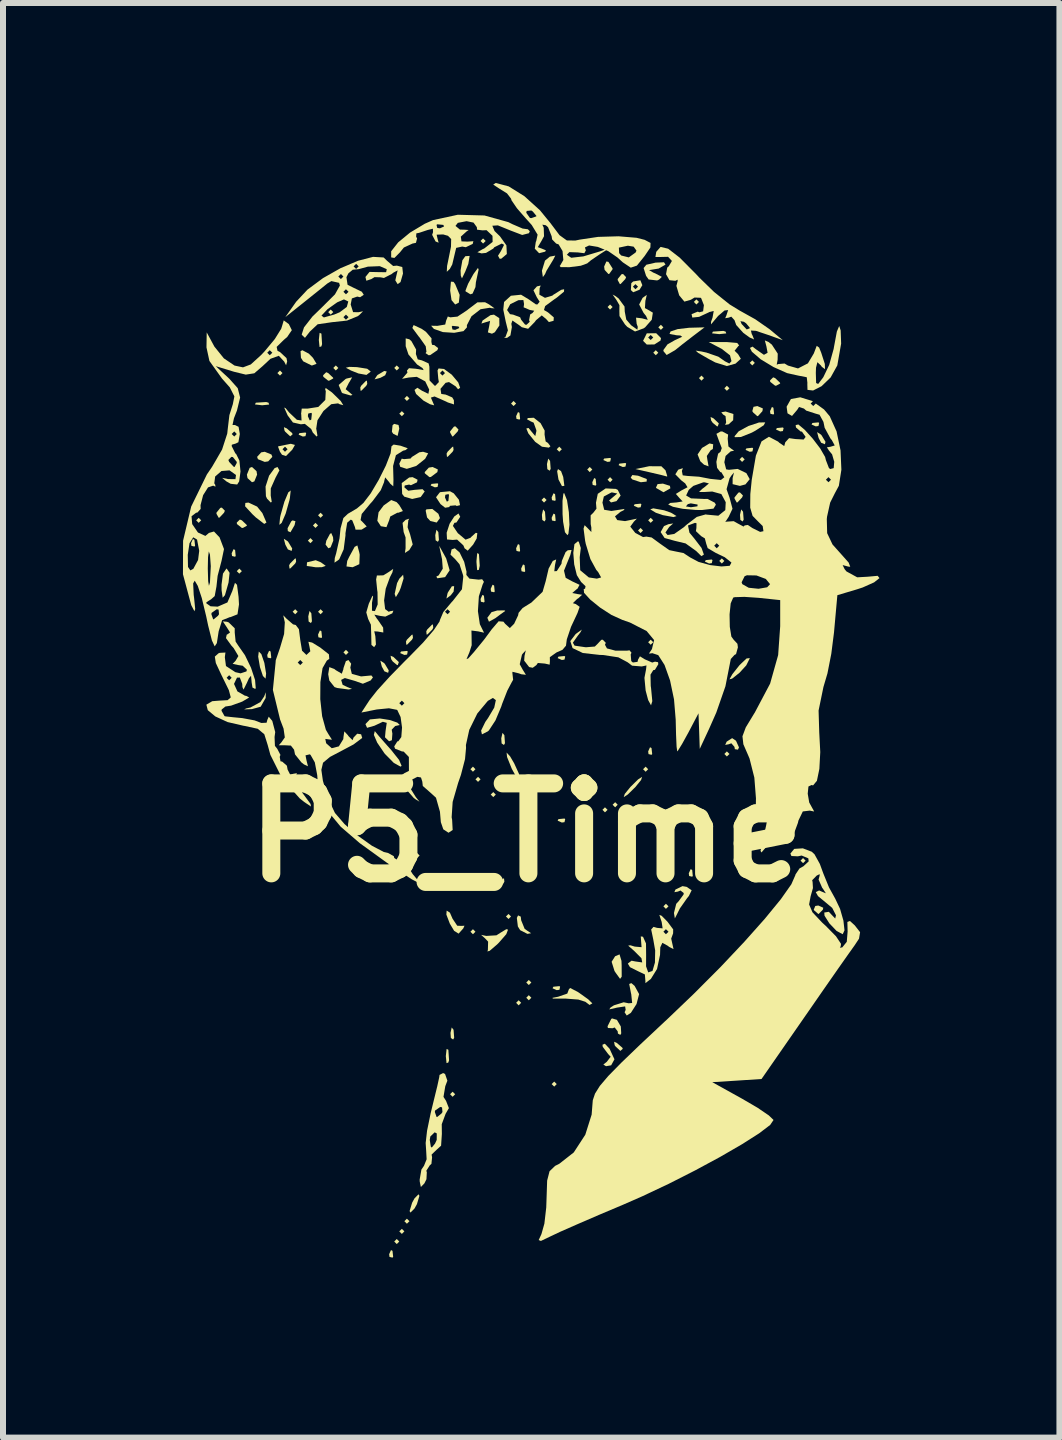
<source format=kicad_pcb>
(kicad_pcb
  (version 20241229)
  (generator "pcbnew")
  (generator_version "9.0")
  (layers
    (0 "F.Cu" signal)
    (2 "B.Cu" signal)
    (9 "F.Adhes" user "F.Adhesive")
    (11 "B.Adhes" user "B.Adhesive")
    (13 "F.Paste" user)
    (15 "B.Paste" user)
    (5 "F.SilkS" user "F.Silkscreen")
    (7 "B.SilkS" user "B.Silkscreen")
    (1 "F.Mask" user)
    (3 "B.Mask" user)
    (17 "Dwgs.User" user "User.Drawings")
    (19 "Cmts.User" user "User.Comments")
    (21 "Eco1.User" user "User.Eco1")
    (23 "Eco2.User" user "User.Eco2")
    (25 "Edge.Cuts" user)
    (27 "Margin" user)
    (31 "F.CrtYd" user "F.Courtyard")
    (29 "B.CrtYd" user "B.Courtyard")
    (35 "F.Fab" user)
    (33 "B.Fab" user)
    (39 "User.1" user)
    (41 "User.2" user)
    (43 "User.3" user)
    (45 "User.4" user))
  (footprint "P5_Time"
    (layer "F.Cu")
    (at 5.723 10.831)
    (property "Reference" "P5_Time" (at 0 0 0) (layer "F.SilkS") (effects (font (size 1.5 1.5) (thickness 0.3))))
    (attr board_only exclude_from_pos_files exclude_from_bom)
    (fp_poly (pts (xy -5.419 -5.207) (xy -5.461 -5.165) (xy -5.503 -5.207) (xy -5.461 -5.249)) (stroke (width 0) (type solid)) (fill yes) (layer "F.SilkS"))
    (fp_poly (pts (xy -4.741 -4.36) (xy -4.784 -4.318) (xy -4.826 -4.36) (xy -4.784 -4.403)) (stroke (width 0) (type solid)) (fill yes) (layer "F.SilkS"))
    (fp_poly (pts (xy -4.064 -7.662) (xy -4.106 -7.62) (xy -4.149 -7.662) (xy -4.106 -7.705)) (stroke (width 0) (type solid)) (fill yes) (layer "F.SilkS"))
    (fp_poly (pts (xy -3.81 -3.683) (xy -3.852 -3.641) (xy -3.895 -3.683) (xy -3.852 -3.725)) (stroke (width 0) (type solid)) (fill yes) (layer "F.SilkS"))
    (fp_poly (pts (xy -3.556 -4.868) (xy -3.598 -4.826) (xy -3.641 -4.868) (xy -3.598 -4.911)) (stroke (width 0) (type solid)) (fill yes) (layer "F.SilkS"))
    (fp_poly (pts (xy -3.471 -5.122) (xy -3.514 -5.08) (xy -3.556 -5.122) (xy -3.514 -5.165)) (stroke (width 0) (type solid)) (fill yes) (layer "F.SilkS"))
    (fp_poly (pts (xy -3.387 -5.292) (xy -3.429 -5.249) (xy -3.471 -5.292) (xy -3.429 -5.334)) (stroke (width 0) (type solid)) (fill yes) (layer "F.SilkS"))
    (fp_poly (pts (xy -3.387 -3.683) (xy -3.429 -3.641) (xy -3.471 -3.683) (xy -3.429 -3.725)) (stroke (width 0) (type solid)) (fill yes) (layer "F.SilkS"))
    (fp_poly (pts (xy -3.217 -8.678) (xy -3.26 -8.636) (xy -3.302 -8.678) (xy -3.26 -8.721)) (stroke (width 0) (type solid)) (fill yes) (layer "F.SilkS"))
    (fp_poly (pts (xy -3.133 -7.747) (xy -3.175 -7.705) (xy -3.217 -7.747) (xy -3.175 -7.789)) (stroke (width 0) (type solid)) (fill yes) (layer "F.SilkS"))
    (fp_poly (pts (xy -2.963 -3.006) (xy -3.006 -2.963) (xy -3.048 -3.006) (xy -3.006 -3.048)) (stroke (width 0) (type solid)) (fill yes) (layer "F.SilkS"))
    (fp_poly (pts (xy -2.117 -7.747) (xy -2.159 -7.705) (xy -2.201 -7.747) (xy -2.159 -7.789)) (stroke (width 0) (type solid)) (fill yes) (layer "F.SilkS"))
    (fp_poly (pts (xy -2.117 6.816) (xy -2.159 6.858) (xy -2.201 6.816) (xy -2.159 6.773)) (stroke (width 0) (type solid)) (fill yes) (layer "F.SilkS"))
    (fp_poly (pts (xy -2.032 -6.985) (xy -2.074 -6.943) (xy -2.117 -6.985) (xy -2.074 -7.027)) (stroke (width 0) (type solid)) (fill yes) (layer "F.SilkS"))
    (fp_poly (pts (xy -2.032 6.646) (xy -2.074 6.689) (xy -2.117 6.646) (xy -2.074 6.604)) (stroke (width 0) (type solid)) (fill yes) (layer "F.SilkS"))
    (fp_poly (pts (xy -1.947 -7.239) (xy -1.99 -7.197) (xy -2.032 -7.239) (xy -1.99 -7.281)) (stroke (width 0) (type solid)) (fill yes) (layer "F.SilkS"))
    (fp_poly (pts (xy -1.947 6.477) (xy -1.99 6.519) (xy -2.032 6.477) (xy -1.99 6.435)) (stroke (width 0) (type solid)) (fill yes) (layer "F.SilkS"))
    (fp_poly (pts (xy -1.778 0.381) (xy -1.82 0.423) (xy -1.863 0.381) (xy -1.82 0.339)) (stroke (width 0) (type solid)) (fill yes) (layer "F.SilkS"))
    (fp_poly (pts (xy -1.185 4.36) (xy -1.228 4.403) (xy -1.27 4.36) (xy -1.228 4.318)) (stroke (width 0) (type solid)) (fill yes) (layer "F.SilkS"))
    (fp_poly (pts (xy -0.847 -1.058) (xy -0.889 -1.016) (xy -0.931 -1.058) (xy -0.889 -1.101)) (stroke (width 0) (type solid)) (fill yes) (layer "F.SilkS"))
    (fp_poly (pts (xy -0.847 1.651) (xy -0.889 1.693) (xy -0.931 1.651) (xy -0.889 1.609)) (stroke (width 0) (type solid)) (fill yes) (layer "F.SilkS"))
    (fp_poly (pts (xy -0.762 -0.889) (xy -0.804 -0.847) (xy -0.847 -0.889) (xy -0.804 -0.931)) (stroke (width 0) (type solid)) (fill yes) (layer "F.SilkS"))
    (fp_poly (pts (xy -0.677 -9.864) (xy -0.72 -9.821) (xy -0.762 -9.864) (xy -0.72 -9.906)) (stroke (width 0) (type solid)) (fill yes) (layer "F.SilkS"))
    (fp_poly (pts (xy -0.508 -0.635) (xy -0.55 -0.593) (xy -0.593 -0.635) (xy -0.55 -0.677)) (stroke (width 0) (type solid)) (fill yes) (layer "F.SilkS"))
    (fp_poly (pts (xy -0.254 1.397) (xy -0.296 1.439) (xy -0.339 1.397) (xy -0.296 1.355)) (stroke (width 0) (type solid)) (fill yes) (layer "F.SilkS"))
    (fp_poly (pts (xy -0.169 -7.154) (xy -0.212 -7.112) (xy -0.254 -7.154) (xy -0.212 -7.197)) (stroke (width 0) (type solid)) (fill yes) (layer "F.SilkS"))
    (fp_poly (pts (xy -0.085 2.836) (xy -0.127 2.879) (xy -0.169 2.836) (xy -0.127 2.794)) (stroke (width 0) (type solid)) (fill yes) (layer "F.SilkS"))
    (fp_poly (pts (xy 0 -0.296) (xy -0.042 -0.254) (xy -0.085 -0.296) (xy -0.042 -0.339)) (stroke (width 0) (type solid)) (fill yes) (layer "F.SilkS"))
    (fp_poly (pts (xy 0.085 2.498) (xy 0.042 2.54) (xy 0 2.498) (xy 0.042 2.455)) (stroke (width 0) (type solid)) (fill yes) (layer "F.SilkS"))
    (fp_poly (pts (xy 0.085 2.752) (xy 0.042 2.794) (xy 0 2.752) (xy 0.042 2.709)) (stroke (width 0) (type solid)) (fill yes) (layer "F.SilkS"))
    (fp_poly (pts (xy 0.339 -5.546) (xy 0.296 -5.503) (xy 0.254 -5.546) (xy 0.296 -5.588)) (stroke (width 0) (type solid)) (fill yes) (layer "F.SilkS"))
    (fp_poly (pts (xy 0.508 4.191) (xy 0.466 4.233) (xy 0.423 4.191) (xy 0.466 4.149)) (stroke (width 0) (type solid)) (fill yes) (layer "F.SilkS"))
    (fp_poly (pts (xy 0.593 -6.392) (xy 0.55 -6.35) (xy 0.508 -6.392) (xy 0.55 -6.435)) (stroke (width 0) (type solid)) (fill yes) (layer "F.SilkS"))
    (fp_poly (pts (xy 1.101 -6.054) (xy 1.058 -6.011) (xy 1.016 -6.054) (xy 1.058 -6.096)) (stroke (width 0) (type solid)) (fill yes) (layer "F.SilkS"))
    (fp_poly (pts (xy 1.101 -0.296) (xy 1.058 -0.254) (xy 1.016 -0.296) (xy 1.058 -0.339)) (stroke (width 0) (type solid)) (fill yes) (layer "F.SilkS"))
    (fp_poly (pts (xy 1.355 -0.381) (xy 1.312 -0.339) (xy 1.27 -0.381) (xy 1.312 -0.423)) (stroke (width 0) (type solid)) (fill yes) (layer "F.SilkS"))
    (fp_poly (pts (xy 1.439 -8.763) (xy 1.397 -8.721) (xy 1.355 -8.763) (xy 1.397 -8.805)) (stroke (width 0) (type solid)) (fill yes) (layer "F.SilkS"))
    (fp_poly (pts (xy 1.439 -5.884) (xy 1.397 -5.842) (xy 1.355 -5.884) (xy 1.397 -5.927)) (stroke (width 0) (type solid)) (fill yes) (layer "F.SilkS"))
    (fp_poly (pts (xy 1.524 -0.466) (xy 1.482 -0.423) (xy 1.439 -0.466) (xy 1.482 -0.508)) (stroke (width 0) (type solid)) (fill yes) (layer "F.SilkS"))
    (fp_poly (pts (xy 1.947 -5.038) (xy 1.905 -4.995) (xy 1.863 -5.038) (xy 1.905 -5.08)) (stroke (width 0) (type solid)) (fill yes) (layer "F.SilkS"))
    (fp_poly (pts (xy 2.032 -1.058) (xy 1.99 -1.016) (xy 1.947 -1.058) (xy 1.99 -1.101)) (stroke (width 0) (type solid)) (fill yes) (layer "F.SilkS"))
    (fp_poly (pts (xy 2.117 -5.207) (xy 2.074 -5.165) (xy 2.032 -5.207) (xy 2.074 -5.249)) (stroke (width 0) (type solid)) (fill yes) (layer "F.SilkS"))
    (fp_poly (pts (xy 2.117 -3.175) (xy 2.074 -3.133) (xy 2.032 -3.175) (xy 2.074 -3.217)) (stroke (width 0) (type solid)) (fill yes) (layer "F.SilkS"))
    (fp_poly (pts (xy 2.201 -8.001) (xy 2.159 -7.959) (xy 2.117 -8.001) (xy 2.159 -8.043)) (stroke (width 0) (type solid)) (fill yes) (layer "F.SilkS"))
    (fp_poly (pts (xy 2.286 -8.424) (xy 2.244 -8.382) (xy 2.201 -8.424) (xy 2.244 -8.467)) (stroke (width 0) (type solid)) (fill yes) (layer "F.SilkS"))
    (fp_poly (pts (xy 2.371 1.228) (xy 2.328 1.27) (xy 2.286 1.228) (xy 2.328 1.185)) (stroke (width 0) (type solid)) (fill yes) (layer "F.SilkS"))
    (fp_poly (pts (xy 2.879 -8.848) (xy 2.836 -8.805) (xy 2.794 -8.848) (xy 2.836 -8.89)) (stroke (width 0) (type solid)) (fill yes) (layer "F.SilkS"))
    (fp_poly (pts (xy 2.963 -7.578) (xy 2.921 -7.535) (xy 2.879 -7.578) (xy 2.921 -7.62)) (stroke (width 0) (type solid)) (fill yes) (layer "F.SilkS"))
    (fp_poly (pts (xy 3.302 -4.53) (xy 3.26 -4.487) (xy 3.217 -4.53) (xy 3.26 -4.572)) (stroke (width 0) (type solid)) (fill yes) (layer "F.SilkS"))
    (fp_poly (pts (xy 3.387 -7.408) (xy 3.344 -7.366) (xy 3.302 -7.408) (xy 3.344 -7.451)) (stroke (width 0) (type solid)) (fill yes) (layer "F.SilkS"))
    (fp_poly (pts (xy 3.387 -1.312) (xy 3.344 -1.27) (xy 3.302 -1.312) (xy 3.344 -1.355)) (stroke (width 0) (type solid)) (fill yes) (layer "F.SilkS"))
    (fp_poly (pts (xy 3.641 -6.223) (xy 3.598 -6.181) (xy 3.556 -6.223) (xy 3.598 -6.265)) (stroke (width 0) (type solid)) (fill yes) (layer "F.SilkS"))
    (fp_poly (pts (xy 3.81 -7.832) (xy 3.768 -7.789) (xy 3.725 -7.832) (xy 3.768 -7.874)) (stroke (width 0) (type solid)) (fill yes) (layer "F.SilkS"))
    (fp_poly (pts (xy 4.657 0.466) (xy 4.614 0.508) (xy 4.572 0.466) (xy 4.614 0.423)) (stroke (width 0) (type solid)) (fill yes) (layer "F.SilkS"))
    (fp_poly (pts (xy -5.532 -4.882) (xy -5.521 -4.782) (xy -5.532 -4.77) (xy -5.582 -4.781) (xy -5.588 -4.826) (xy -5.557 -4.896)) (stroke (width 0) (type solid)) (fill yes) (layer "F.SilkS"))
    (fp_poly (pts (xy -4.854 -4.713) (xy -4.844 -4.613) (xy -4.854 -4.6) (xy -4.905 -4.612) (xy -4.911 -4.657) (xy -4.88 -4.726)) (stroke (width 0) (type solid)) (fill yes) (layer "F.SilkS"))
    (fp_poly (pts (xy -4.297 -7.168) (xy -4.286 -7.137) (xy -4.403 -7.125) (xy -4.523 -7.139) (xy -4.508 -7.168) (xy -4.335 -7.179)) (stroke (width 0) (type solid)) (fill yes) (layer "F.SilkS"))
    (fp_poly (pts (xy -4.262 -3.02) (xy -4.251 -2.919) (xy -4.262 -2.907) (xy -4.312 -2.919) (xy -4.318 -2.963) (xy -4.287 -3.033)) (stroke (width 0) (type solid)) (fill yes) (layer "F.SilkS"))
    (fp_poly (pts (xy -3.669 -6.66) (xy -3.681 -6.61) (xy -3.725 -6.604) (xy -3.795 -6.635) (xy -3.782 -6.66) (xy -3.681 -6.671)) (stroke (width 0) (type solid)) (fill yes) (layer "F.SilkS"))
    (fp_poly (pts (xy -3.583 -3.657) (xy -3.573 -3.524) (xy -3.59 -3.494) (xy -3.628 -3.52) (xy -3.634 -3.605) (xy -3.613 -3.696)) (stroke (width 0) (type solid)) (fill yes) (layer "F.SilkS"))
    (fp_poly (pts (xy -3.415 -8.319) (xy -3.404 -8.145) (xy -3.415 -8.107) (xy -3.446 -8.096) (xy -3.458 -8.213) (xy -3.445 -8.333)) (stroke (width 0) (type solid)) (fill yes) (layer "F.SilkS"))
    (fp_poly (pts (xy -3.415 -3.358) (xy -3.405 -3.258) (xy -3.415 -3.246) (xy -3.465 -3.257) (xy -3.471 -3.302) (xy -3.44 -3.372)) (stroke (width 0) (type solid)) (fill yes) (layer "F.SilkS"))
    (fp_poly (pts (xy -2.23 6.971) (xy -2.219 7.071) (xy -2.23 7.084) (xy -2.28 7.072) (xy -2.286 7.027) (xy -2.255 6.958)) (stroke (width 0) (type solid)) (fill yes) (layer "F.SilkS"))
    (fp_poly (pts (xy -1.976 -3.02) (xy -1.987 -2.969) (xy -2.032 -2.963) (xy -2.102 -2.994) (xy -2.088 -3.02) (xy -1.988 -3.03)) (stroke (width 0) (type solid)) (fill yes) (layer "F.SilkS"))
    (fp_poly (pts (xy -1.468 -5.814) (xy -1.479 -5.763) (xy -1.524 -5.757) (xy -1.594 -5.788) (xy -1.58 -5.814) (xy -1.48 -5.824)) (stroke (width 0) (type solid)) (fill yes) (layer "F.SilkS"))
    (fp_poly (pts (xy -1.466 -5.011) (xy -1.456 -4.879) (xy -1.473 -4.849) (xy -1.511 -4.874) (xy -1.517 -4.96) (xy -1.497 -5.05)) (stroke (width 0) (type solid)) (fill yes) (layer "F.SilkS"))
    (fp_poly (pts (xy -1.299 3.619) (xy -1.287 3.793) (xy -1.299 3.831) (xy -1.329 3.842) (xy -1.341 3.725) (xy -1.328 3.605)) (stroke (width 0) (type solid)) (fill yes) (layer "F.SilkS"))
    (fp_poly (pts (xy -1.212 3.286) (xy -1.202 3.418) (xy -1.219 3.448) (xy -1.257 3.423) (xy -1.263 3.337) (xy -1.243 3.247)) (stroke (width 0) (type solid)) (fill yes) (layer "F.SilkS"))
    (fp_poly (pts (xy -0.706 -3.951) (xy -0.695 -3.851) (xy -0.706 -3.838) (xy -0.756 -3.85) (xy -0.762 -3.895) (xy -0.731 -3.964)) (stroke (width 0) (type solid)) (fill yes) (layer "F.SilkS"))
    (fp_poly (pts (xy -0.536 -4.12) (xy -0.526 -4.02) (xy -0.536 -4.008) (xy -0.587 -4.019) (xy -0.593 -4.064) (xy -0.562 -4.134)) (stroke (width 0) (type solid)) (fill yes) (layer "F.SilkS"))
    (fp_poly (pts (xy -0.365 -1.625) (xy -0.355 -1.492) (xy -0.372 -1.462) (xy -0.411 -1.488) (xy -0.417 -1.573) (xy -0.396 -1.664)) (stroke (width 0) (type solid)) (fill yes) (layer "F.SilkS"))
    (fp_poly (pts (xy -0.113 -6.999) (xy -0.103 -6.899) (xy -0.113 -6.886) (xy -0.163 -6.898) (xy -0.169 -6.943) (xy -0.138 -7.012)) (stroke (width 0) (type solid)) (fill yes) (layer "F.SilkS"))
    (fp_poly (pts (xy -0.113 -4.798) (xy -0.103 -4.697) (xy -0.113 -4.685) (xy -0.163 -4.697) (xy -0.169 -4.741) (xy -0.138 -4.811)) (stroke (width 0) (type solid)) (fill yes) (layer "F.SilkS"))
    (fp_poly (pts (xy -0.028 -4.459) (xy -0.018 -4.359) (xy -0.028 -4.346) (xy -0.079 -4.358) (xy -0.085 -4.403) (xy -0.054 -4.472)) (stroke (width 0) (type solid)) (fill yes) (layer "F.SilkS"))
    (fp_poly (pts (xy 0.312 -5.35) (xy 0.322 -5.218) (xy 0.305 -5.188) (xy 0.267 -5.213) (xy 0.261 -5.299) (xy 0.281 -5.389)) (stroke (width 0) (type solid)) (fill yes) (layer "F.SilkS"))
    (fp_poly (pts (xy 0.397 -6.197) (xy 0.407 -6.064) (xy 0.39 -6.034) (xy 0.351 -6.06) (xy 0.345 -6.145) (xy 0.366 -6.236)) (stroke (width 0) (type solid)) (fill yes) (layer "F.SilkS"))
    (fp_poly (pts (xy 0.48 -5.644) (xy 0.49 -5.544) (xy 0.48 -5.532) (xy 0.429 -5.543) (xy 0.423 -5.588) (xy 0.454 -5.658)) (stroke (width 0) (type solid)) (fill yes) (layer "F.SilkS"))
    (fp_poly (pts (xy 0.48 -5.306) (xy 0.49 -5.205) (xy 0.48 -5.193) (xy 0.429 -5.205) (xy 0.423 -5.249) (xy 0.454 -5.319)) (stroke (width 0) (type solid)) (fill yes) (layer "F.SilkS"))
    (fp_poly (pts (xy 0.564 2.568) (xy 0.553 2.619) (xy 0.508 2.625) (xy 0.438 2.594) (xy 0.452 2.568) (xy 0.552 2.558)) (stroke (width 0) (type solid)) (fill yes) (layer "F.SilkS"))
    (fp_poly (pts (xy 0.649 -2.935) (xy 0.637 -2.885) (xy 0.593 -2.879) (xy 0.523 -2.91) (xy 0.536 -2.935) (xy 0.637 -2.945)) (stroke (width 0) (type solid)) (fill yes) (layer "F.SilkS"))
    (fp_poly (pts (xy 0.649 -0.226) (xy 0.637 -0.175) (xy 0.593 -0.169) (xy 0.523 -0.2) (xy 0.536 -0.226) (xy 0.637 -0.236)) (stroke (width 0) (type solid)) (fill yes) (layer "F.SilkS"))
    (fp_poly (pts (xy 1.157 -5.898) (xy 1.167 -5.798) (xy 1.157 -5.786) (xy 1.107 -5.797) (xy 1.101 -5.842) (xy 1.132 -5.912)) (stroke (width 0) (type solid)) (fill yes) (layer "F.SilkS"))
    (fp_poly (pts (xy 1.411 -6.237) (xy 1.399 -6.187) (xy 1.355 -6.181) (xy 1.285 -6.212) (xy 1.298 -6.237) (xy 1.399 -6.247)) (stroke (width 0) (type solid)) (fill yes) (layer "F.SilkS"))
    (fp_poly (pts (xy 1.665 -6.152) (xy 1.653 -6.102) (xy 1.609 -6.096) (xy 1.539 -6.127) (xy 1.552 -6.152) (xy 1.653 -6.163)) (stroke (width 0) (type solid)) (fill yes) (layer "F.SilkS"))
    (fp_poly (pts (xy 1.919 -5.475) (xy 1.907 -5.425) (xy 1.863 -5.419) (xy 1.793 -5.45) (xy 1.806 -5.475) (xy 1.907 -5.485)) (stroke (width 0) (type solid)) (fill yes) (layer "F.SilkS"))
    (fp_poly (pts (xy 2.088 -1.411) (xy 2.099 -1.311) (xy 2.088 -1.298) (xy 2.038 -1.31) (xy 2.032 -1.355) (xy 2.063 -1.424)) (stroke (width 0) (type solid)) (fill yes) (layer "F.SilkS"))
    (fp_poly (pts (xy 2.766 0.621) (xy 2.776 0.721) (xy 2.766 0.734) (xy 2.715 0.722) (xy 2.709 0.677) (xy 2.74 0.608)) (stroke (width 0) (type solid)) (fill yes) (layer "F.SilkS"))
    (fp_poly (pts (xy 3.104 -4.544) (xy 3.093 -4.493) (xy 3.048 -4.487) (xy 2.978 -4.518) (xy 2.992 -4.544) (xy 3.092 -4.554)) (stroke (width 0) (type solid)) (fill yes) (layer "F.SilkS"))
    (fp_poly (pts (xy 3.323 -8.353) (xy 3.334 -8.323) (xy 3.217 -8.311) (xy 3.097 -8.324) (xy 3.111 -8.353) (xy 3.285 -8.365)) (stroke (width 0) (type solid)) (fill yes) (layer "F.SilkS"))
    (fp_poly (pts (xy 3.614 -5.35) (xy 3.624 -5.218) (xy 3.607 -5.188) (xy 3.569 -5.213) (xy 3.563 -5.299) (xy 3.583 -5.389)) (stroke (width 0) (type solid)) (fill yes) (layer "F.SilkS"))
    (fp_poly (pts (xy 3.782 -6.406) (xy 3.77 -6.356) (xy 3.725 -6.35) (xy 3.656 -6.381) (xy 3.669 -6.406) (xy 3.769 -6.417)) (stroke (width 0) (type solid)) (fill yes) (layer "F.SilkS"))
    (fp_poly (pts (xy 4.12 -7.084) (xy 4.131 -6.983) (xy 4.12 -6.971) (xy 4.07 -6.983) (xy 4.064 -7.027) (xy 4.095 -7.097)) (stroke (width 0) (type solid)) (fill yes) (layer "F.SilkS"))
    (fp_poly (pts (xy 4.29 -6.745) (xy 4.278 -6.695) (xy 4.233 -6.689) (xy 4.164 -6.72) (xy 4.177 -6.745) (xy 4.277 -6.755)) (stroke (width 0) (type solid)) (fill yes) (layer "F.SilkS"))
    (fp_poly (pts (xy 4.882 -6.83) (xy 4.871 -6.779) (xy 4.826 -6.773) (xy 4.756 -6.804) (xy 4.77 -6.83) (xy 4.87 -6.84)) (stroke (width 0) (type solid)) (fill yes) (layer "F.SilkS"))
    (fp_poly (pts (xy -3.992 -6.739) (xy -3.902 -6.66) (xy -3.895 -6.641) (xy -3.935 -6.607) (xy -4.019 -6.685) (xy -4.03 -6.702) (xy -4.04 -6.76)) (stroke (width 0) (type solid)) (fill yes) (layer "F.SilkS"))
    (fp_poly (pts (xy -3.98 -4.86) (xy -3.969 -4.849) (xy -3.902 -4.738) (xy -3.911 -4.697) (xy -3.974 -4.722) (xy -4.016 -4.801) (xy -4.042 -4.9)) (stroke (width 0) (type solid)) (fill yes) (layer "F.SilkS"))
    (fp_poly (pts (xy -3.848 -5.193) (xy -3.862 -5.127) (xy -3.931 -5.008) (xy -3.975 -5.028) (xy -3.979 -5.075) (xy -3.918 -5.19) (xy -3.896 -5.206)) (stroke (width 0) (type solid)) (fill yes) (layer "F.SilkS"))
    (fp_poly (pts (xy -3.424 -4.507) (xy -3.343 -4.448) (xy -3.407 -4.426) (xy -3.507 -4.424) (xy -3.659 -4.446) (xy -3.655 -4.507) (xy -3.51 -4.542)) (stroke (width 0) (type solid)) (fill yes) (layer "F.SilkS"))
    (fp_poly (pts (xy -2.371 -2.828) (xy -2.36 -2.817) (xy -2.293 -2.706) (xy -2.302 -2.665) (xy -2.365 -2.69) (xy -2.408 -2.769) (xy -2.433 -2.868)) (stroke (width 0) (type solid)) (fill yes) (layer "F.SilkS"))
    (fp_poly (pts (xy -2.326 -7.688) (xy -2.352 -7.625) (xy -2.431 -7.583) (xy -2.529 -7.557) (xy -2.489 -7.619) (xy -2.478 -7.631) (xy -2.367 -7.697)) (stroke (width 0) (type solid)) (fill yes) (layer "F.SilkS"))
    (fp_poly (pts (xy -2.214 -2.929) (xy -2.124 -2.844) (xy -2.142 -2.795) (xy -2.154 -2.794) (xy -2.226 -2.854) (xy -2.252 -2.892) (xy -2.262 -2.95)) (stroke (width 0) (type solid)) (fill yes) (layer "F.SilkS"))
    (fp_poly (pts (xy -2.129 -6.796) (xy -2.117 -6.736) (xy -2.145 -6.614) (xy -2.218 -6.65) (xy -2.24 -6.683) (xy -2.229 -6.792) (xy -2.203 -6.815)) (stroke (width 0) (type solid)) (fill yes) (layer "F.SilkS"))
    (fp_poly (pts (xy -1.211 -4.019) (xy -1.259 -3.957) (xy -1.331 -3.903) (xy -1.313 -3.988) (xy -1.307 -4.004) (xy -1.24 -4.108) (xy -1.202 -4.109)) (stroke (width 0) (type solid)) (fill yes) (layer "F.SilkS"))
    (fp_poly (pts (xy -0.69 0.796) (xy -0.6 0.881) (xy -0.618 0.931) (xy -0.63 0.931) (xy -0.702 0.871) (xy -0.728 0.834) (xy -0.738 0.776)) (stroke (width 0) (type solid)) (fill yes) (layer "F.SilkS"))
    (fp_poly (pts (xy 0.58 -6.027) (xy 0.616 -5.93) (xy 0.635 -5.782) (xy 0.595 -5.777) (xy 0.537 -5.888) (xy 0.515 -6.024) (xy 0.529 -6.061)) (stroke (width 0) (type solid)) (fill yes) (layer "F.SilkS"))
    (fp_poly (pts (xy 1.511 3.506) (xy 1.601 3.584) (xy 1.609 3.603) (xy 1.568 3.638) (xy 1.485 3.56) (xy 1.474 3.543) (xy 1.464 3.485)) (stroke (width 0) (type solid)) (fill yes) (layer "F.SilkS"))
    (fp_poly (pts (xy 1.863 -5.951) (xy 2.009 -5.895) (xy 2.007 -5.853) (xy 1.91 -5.842) (xy 1.769 -5.888) (xy 1.741 -5.919) (xy 1.768 -5.962)) (stroke (width 0) (type solid)) (fill yes) (layer "F.SilkS"))
    (fp_poly (pts (xy 2.395 -5.782) (xy 2.402 -5.74) (xy 2.287 -5.675) (xy 2.167 -5.745) (xy 2.162 -5.752) (xy 2.189 -5.811) (xy 2.278 -5.819)) (stroke (width 0) (type solid)) (fill yes) (layer "F.SilkS"))
    (fp_poly (pts (xy 3.12 -6.908) (xy 3.21 -6.823) (xy 3.192 -6.774) (xy 3.18 -6.773) (xy 3.108 -6.833) (xy 3.082 -6.871) (xy 3.072 -6.929)) (stroke (width 0) (type solid)) (fill yes) (layer "F.SilkS"))
    (fp_poly (pts (xy 4.91 -6.638) (xy 4.921 -6.627) (xy 4.988 -6.516) (xy 4.979 -6.475) (xy 4.916 -6.5) (xy 4.874 -6.579) (xy 4.848 -6.678)) (stroke (width 0) (type solid)) (fill yes) (layer "F.SilkS"))
    (fp_poly (pts (xy -5.024 -5.367) (xy -5.038 -5.334) (xy -5.114 -5.253) (xy -5.127 -5.249) (xy -5.164 -5.315) (xy -5.165 -5.334) (xy -5.1 -5.415) (xy -5.075 -5.419)) (stroke (width 0) (type solid)) (fill yes) (layer "F.SilkS"))
    (fp_poly (pts (xy -4.741 -5.207) (xy -4.661 -5.131) (xy -4.657 -5.117) (xy -4.722 -5.081) (xy -4.741 -5.08) (xy -4.823 -5.145) (xy -4.826 -5.17) (xy -4.774 -5.22)) (stroke (width 0) (type solid)) (fill yes) (layer "F.SilkS"))
    (fp_poly (pts (xy -4.497 -6.027) (xy -4.487 -5.969) (xy -4.533 -5.856) (xy -4.572 -5.842) (xy -4.647 -5.911) (xy -4.657 -5.969) (xy -4.611 -6.082) (xy -4.572 -6.096)) (stroke (width 0) (type solid)) (fill yes) (layer "F.SilkS"))
    (fp_poly (pts (xy -4.416 -2.976) (xy -4.366 -2.83) (xy -4.337 -2.653) (xy -4.346 -2.568) (xy -4.39 -2.612) (xy -4.439 -2.758) (xy -4.469 -2.935) (xy -4.459 -3.02)) (stroke (width 0) (type solid)) (fill yes) (layer "F.SilkS"))
    (fp_poly (pts (xy -4.248 -6.304) (xy -4.233 -6.265) (xy -4.302 -6.19) (xy -4.36 -6.181) (xy -4.473 -6.226) (xy -4.487 -6.265) (xy -4.419 -6.34) (xy -4.36 -6.35)) (stroke (width 0) (type solid)) (fill yes) (layer "F.SilkS"))
    (fp_poly (pts (xy -3.837 -4.517) (xy -3.852 -4.487) (xy -3.932 -4.406) (xy -3.947 -4.403) (xy -3.953 -4.457) (xy -3.937 -4.487) (xy -3.857 -4.568) (xy -3.842 -4.572)) (stroke (width 0) (type solid)) (fill yes) (layer "F.SilkS"))
    (fp_poly (pts (xy -3.302 -7.662) (xy -3.221 -7.586) (xy -3.217 -7.573) (xy -3.283 -7.536) (xy -3.302 -7.535) (xy -3.383 -7.6) (xy -3.387 -7.625) (xy -3.335 -7.676)) (stroke (width 0) (type solid)) (fill yes) (layer "F.SilkS"))
    (fp_poly (pts (xy -3.221 -4.926) (xy -3.217 -4.868) (xy -3.262 -4.756) (xy -3.299 -4.741) (xy -3.346 -4.803) (xy -3.333 -4.868) (xy -3.273 -4.98) (xy -3.251 -4.995)) (stroke (width 0) (type solid)) (fill yes) (layer "F.SilkS"))
    (fp_poly (pts (xy -2.651 -7.481) (xy -2.667 -7.451) (xy -2.747 -7.37) (xy -2.762 -7.366) (xy -2.767 -7.421) (xy -2.752 -7.451) (xy -2.672 -7.532) (xy -2.657 -7.535)) (stroke (width 0) (type solid)) (fill yes) (layer "F.SilkS"))
    (fp_poly (pts (xy -2.045 -4.238) (xy -2.093 -4.081) (xy -2.117 -4.022) (xy -2.174 -3.926) (xy -2.194 -3.979) (xy -2.154 -4.16) (xy -2.117 -4.233) (xy -2.053 -4.3)) (stroke (width 0) (type solid)) (fill yes) (layer "F.SilkS"))
    (fp_poly (pts (xy -1.889 -3.247) (xy -1.905 -3.217) (xy -1.985 -3.136) (xy -2 -3.133) (xy -2.005 -3.187) (xy -1.99 -3.217) (xy -1.91 -3.298) (xy -1.895 -3.302)) (stroke (width 0) (type solid)) (fill yes) (layer "F.SilkS"))
    (fp_poly (pts (xy -1.781 6.054) (xy -1.823 6.193) (xy -1.863 6.265) (xy -1.93 6.333) (xy -1.945 6.308) (xy -1.903 6.169) (xy -1.863 6.096) (xy -1.796 6.028)) (stroke (width 0) (type solid)) (fill yes) (layer "F.SilkS"))
    (fp_poly (pts (xy -1.551 -3.417) (xy -1.566 -3.387) (xy -1.646 -3.306) (xy -1.661 -3.302) (xy -1.667 -3.357) (xy -1.651 -3.387) (xy -1.571 -3.468) (xy -1.556 -3.471)) (stroke (width 0) (type solid)) (fill yes) (layer "F.SilkS"))
    (fp_poly (pts (xy -1.474 -6.055) (xy -1.482 -6.011) (xy -1.59 -5.93) (xy -1.614 -5.927) (xy -1.691 -5.991) (xy -1.693 -6.011) (xy -1.624 -6.086) (xy -1.561 -6.096)) (stroke (width 0) (type solid)) (fill yes) (layer "F.SilkS"))
    (fp_poly (pts (xy -1.465 -5.316) (xy -1.439 -5.244) (xy -1.493 -5.17) (xy -1.6 -5.196) (xy -1.654 -5.255) (xy -1.677 -5.369) (xy -1.665 -5.39) (xy -1.566 -5.397)) (stroke (width 0) (type solid)) (fill yes) (layer "F.SilkS"))
    (fp_poly (pts (xy -1.212 -9.182) (xy -1.185 -9.144) (xy -1.11 -8.965) (xy -1.124 -8.836) (xy -1.185 -8.805) (xy -1.246 -8.878) (xy -1.269 -9.038) (xy -1.256 -9.186)) (stroke (width 0) (type solid)) (fill yes) (layer "F.SilkS"))
    (fp_poly (pts (xy -1.212 -6.38) (xy -1.228 -6.35) (xy -1.307 -6.269) (xy -1.322 -6.265) (xy -1.328 -6.32) (xy -1.312 -6.35) (xy -1.233 -6.431) (xy -1.218 -6.435)) (stroke (width 0) (type solid)) (fill yes) (layer "F.SilkS"))
    (fp_poly (pts (xy -1.13 -6.721) (xy -1.143 -6.689) (xy -1.219 -6.608) (xy -1.233 -6.604) (xy -1.269 -6.67) (xy -1.27 -6.689) (xy -1.205 -6.77) (xy -1.18 -6.773)) (stroke (width 0) (type solid)) (fill yes) (layer "F.SilkS"))
    (fp_poly (pts (xy -0.966 -9.482) (xy -1.016 -9.356) (xy -1.072 -9.24) (xy -1.091 -9.284) (xy -1.095 -9.372) (xy -1.065 -9.542) (xy -1.016 -9.61) (xy -0.944 -9.615)) (stroke (width 0) (type solid)) (fill yes) (layer "F.SilkS"))
    (fp_poly (pts (xy -0.792 -4.648) (xy -0.788 -4.634) (xy -0.776 -4.449) (xy -0.791 -4.38) (xy -0.819 -4.377) (xy -0.83 -4.51) (xy -0.83 -4.53) (xy -0.818 -4.661)) (stroke (width 0) (type solid)) (fill yes) (layer "F.SilkS"))
    (fp_poly (pts (xy -0.365 0.817) (xy -0.381 0.847) (xy -0.461 0.928) (xy -0.476 0.931) (xy -0.481 0.877) (xy -0.466 0.847) (xy -0.386 0.766) (xy -0.371 0.762)) (stroke (width 0) (type solid)) (fill yes) (layer "F.SilkS"))
    (fp_poly (pts (xy -0.35 -3.697) (xy -0.435 -3.636) (xy -0.515 -3.576) (xy -0.622 -3.517) (xy -0.649 -3.583) (xy -0.578 -3.677) (xy -0.484 -3.704) (xy -0.364 -3.706)) (stroke (width 0) (type solid)) (fill yes) (layer "F.SilkS"))
    (fp_poly (pts (xy 0.447 -9.548) (xy 0.338 -9.369) (xy 0.314 -9.313) (xy 0.277 -9.262) (xy 0.261 -9.368) (xy 0.312 -9.536) (xy 0.393 -9.603) (xy 0.484 -9.62)) (stroke (width 0) (type solid)) (fill yes) (layer "F.SilkS"))
    (fp_poly (pts (xy 1.369 -9.516) (xy 1.439 -9.405) (xy 1.439 -9.393) (xy 1.383 -9.315) (xy 1.369 -9.313) (xy 1.306 -9.382) (xy 1.298 -9.437) (xy 1.335 -9.522)) (stroke (width 0) (type solid)) (fill yes) (layer "F.SilkS"))
    (fp_poly (pts (xy 1.664 -9.261) (xy 1.651 -9.229) (xy 1.575 -9.148) (xy 1.561 -9.144) (xy 1.525 -9.21) (xy 1.524 -9.229) (xy 1.589 -9.31) (xy 1.614 -9.313)) (stroke (width 0) (type solid)) (fill yes) (layer "F.SilkS"))
    (fp_poly (pts (xy 1.914 -0.878) (xy 1.82 -0.762) (xy 1.693 -0.637) (xy 1.625 -0.593) (xy 1.642 -0.646) (xy 1.736 -0.762) (xy 1.863 -0.887) (xy 1.931 -0.931)) (stroke (width 0) (type solid)) (fill yes) (layer "F.SilkS"))
    (fp_poly (pts (xy 2.298 -5.374) (xy 2.413 -5.334) (xy 2.505 -5.278) (xy 2.455 -5.261) (xy 2.274 -5.294) (xy 2.159 -5.334) (xy 2.067 -5.39) (xy 2.117 -5.407)) (stroke (width 0) (type solid)) (fill yes) (layer "F.SilkS"))
    (fp_poly (pts (xy 3.612 -5.621) (xy 3.598 -5.588) (xy 3.522 -5.507) (xy 3.509 -5.503) (xy 3.472 -5.569) (xy 3.471 -5.588) (xy 3.536 -5.669) (xy 3.561 -5.673)) (stroke (width 0) (type solid)) (fill yes) (layer "F.SilkS"))
    (fp_poly (pts (xy 3.944 -7.072) (xy 3.937 -7.027) (xy 3.865 -6.947) (xy 3.852 -6.943) (xy 3.785 -7.002) (xy 3.768 -7.027) (xy 3.788 -7.099) (xy 3.852 -7.112)) (stroke (width 0) (type solid)) (fill yes) (layer "F.SilkS"))
    (fp_poly (pts (xy 4.149 -7.578) (xy 4.229 -7.502) (xy 4.233 -7.488) (xy 4.168 -7.452) (xy 4.149 -7.451) (xy 4.067 -7.516) (xy 4.064 -7.54) (xy 4.116 -7.591)) (stroke (width 0) (type solid)) (fill yes) (layer "F.SilkS"))
    (fp_poly (pts (xy 4.951 1.251) (xy 4.944 1.284) (xy 4.875 1.354) (xy 4.868 1.355) (xy 4.801 1.297) (xy 4.792 1.284) (xy 4.818 1.222) (xy 4.868 1.214)) (stroke (width 0) (type solid)) (fill yes) (layer "F.SilkS"))
    (fp_poly (pts (xy -4.946 -4.332) (xy -4.963 -4.17) (xy -5.023 -3.959) (xy -5.061 -3.917) (xy -5.079 -4.041) (xy -5.08 -4.135) (xy -5.056 -4.319) (xy -4.999 -4.402) (xy -4.994 -4.403)) (stroke (width 0) (type solid)) (fill yes) (layer "F.SilkS"))
    (fp_poly (pts (xy -4.487 -5.436) (xy -4.399 -5.327) (xy -4.331 -5.17) (xy -4.368 -5.147) (xy -4.509 -5.256) (xy -4.564 -5.308) (xy -4.687 -5.441) (xy -4.683 -5.497) (xy -4.631 -5.503)) (stroke (width 0) (type solid)) (fill yes) (layer "F.SilkS"))
    (fp_poly (pts (xy -3.625 -7.986) (xy -3.556 -7.916) (xy -3.496 -7.816) (xy -3.569 -7.789) (xy -3.579 -7.789) (xy -3.719 -7.858) (xy -3.756 -7.916) (xy -3.763 -8.026) (xy -3.733 -8.043)) (stroke (width 0) (type solid)) (fill yes) (layer "F.SilkS"))
    (fp_poly (pts (xy -2.823 -7.761) (xy -2.652 -7.734) (xy -2.593 -7.688) (xy -2.596 -7.684) (xy -2.664 -7.631) (xy -2.797 -7.655) (xy -2.921 -7.704) (xy -3.008 -7.751) (xy -2.948 -7.765)) (stroke (width 0) (type solid)) (fill yes) (layer "F.SilkS"))
    (fp_poly (pts (xy -2.785 -4.676) (xy -2.777 -4.635) (xy -2.783 -4.476) (xy -2.894 -4.425) (xy -2.997 -4.438) (xy -2.985 -4.53) (xy -2.952 -4.598) (xy -2.861 -4.765) (xy -2.816 -4.789)) (stroke (width 0) (type solid)) (fill yes) (layer "F.SilkS"))
    (fp_poly (pts (xy -1.335 -4.572) (xy -1.277 -4.374) (xy -1.353 -4.26) (xy -1.482 -4.241) (xy -1.5 -4.269) (xy -1.461 -4.289) (xy -1.392 -4.401) (xy -1.404 -4.558) (xy -1.452 -4.784)) (stroke (width 0) (type solid)) (fill yes) (layer "F.SilkS"))
    (fp_poly (pts (xy -0.27 -1.273) (xy -0.202 -1.157) (xy -0.122 -0.982) (xy -0.105 -0.884) (xy -0.107 -0.881) (xy -0.162 -0.922) (xy -0.24 -1.062) (xy -0.32 -1.261) (xy -0.328 -1.336)) (stroke (width 0) (type solid)) (fill yes) (layer "F.SilkS"))
    (fp_poly (pts (xy 1.587 2.136) (xy 1.59 2.21) (xy 1.591 2.4) (xy 1.564 2.437) (xy 1.491 2.336) (xy 1.471 2.306) (xy 1.423 2.152) (xy 1.481 2.06) (xy 1.555 2.029)) (stroke (width 0) (type solid)) (fill yes) (layer "F.SilkS"))
    (fp_poly (pts (xy 2.252 -6.108) (xy 2.321 -6.041) (xy 2.35 -5.945) (xy 2.347 -5.937) (xy 2.261 -5.96) (xy 2.078 -6.003) (xy 2.074 -6.004) (xy 1.82 -6.062) (xy 2.049 -6.109)) (stroke (width 0) (type solid)) (fill yes) (layer "F.SilkS"))
    (fp_poly (pts (xy 3.453 -6.979) (xy 3.449 -6.876) (xy 3.374 -6.808) (xy 3.315 -6.798) (xy 3.332 -6.838) (xy 3.322 -6.944) (xy 3.281 -6.971) (xy 3.251 -7.008) (xy 3.323 -7.021)) (stroke (width 0) (type solid)) (fill yes) (layer "F.SilkS"))
    (fp_poly (pts (xy -4.344 -2.249) (xy -4.345 -2.244) (xy -4.427 -2.1) (xy -4.573 -2.06) (xy -4.703 -2.055) (xy -4.67 -2.071) (xy -4.598 -2.087) (xy -4.432 -2.177) (xy -4.37 -2.27) (xy -4.342 -2.341)) (stroke (width 0) (type solid)) (fill yes) (layer "F.SilkS"))
    (fp_poly (pts (xy -3.94 -5.582) (xy -3.947 -5.546) (xy -4.011 -5.319) (xy -4.077 -5.165) (xy -4.116 -5.132) (xy -4.104 -5.255) (xy -4.096 -5.292) (xy -4.032 -5.518) (xy -3.967 -5.673) (xy -3.927 -5.705)) (stroke (width 0) (type solid)) (fill yes) (layer "F.SilkS"))
    (fp_poly (pts (xy -0.092 1.399) (xy -0.085 1.46) (xy -0.027 1.603) (xy 0.021 1.637) (xy 0.081 1.676) (xy 0.019 1.687) (xy -0.102 1.625) (xy -0.14 1.563) (xy -0.157 1.421) (xy -0.137 1.379)) (stroke (width 0) (type solid)) (fill yes) (layer "F.SilkS"))
    (fp_poly (pts (xy 3.496 -1.533) (xy 3.546 -1.422) (xy 3.529 -1.384) (xy 3.477 -1.392) (xy 3.471 -1.43) (xy 3.419 -1.49) (xy 3.374 -1.474) (xy 3.316 -1.463) (xy 3.341 -1.518) (xy 3.432 -1.576)) (stroke (width 0) (type solid)) (fill yes) (layer "F.SilkS"))
    (fp_poly (pts (xy 3.725 -2.905) (xy 3.668 -2.79) (xy 3.556 -2.667) (xy 3.433 -2.569) (xy 3.387 -2.556) (xy 3.436 -2.643) (xy 3.556 -2.794) (xy 3.556 -2.794) (xy 3.672 -2.904) (xy 3.725 -2.91)) (stroke (width 0) (type solid)) (fill yes) (layer "F.SilkS"))
    (fp_poly (pts (xy 3.959 -6.792) (xy 3.819 -6.701) (xy 3.76 -6.669) (xy 3.578 -6.596) (xy 3.478 -6.593) (xy 3.471 -6.608) (xy 3.541 -6.691) (xy 3.702 -6.779) (xy 3.879 -6.838) (xy 3.984 -6.84)) (stroke (width 0) (type solid)) (fill yes) (layer "F.SilkS"))
    (fp_poly (pts (xy -1.273 1.333) (xy -1.229 1.434) (xy -1.151 1.551) (xy -1.081 1.554) (xy -1.03 1.551) (xy -1.05 1.596) (xy -1.128 1.683) (xy -1.202 1.637) (xy -1.274 1.517) (xy -1.332 1.365) (xy -1.327 1.299)) (stroke (width 0) (type solid)) (fill yes) (layer "F.SilkS"))
    (fp_poly (pts (xy -0.794 -9.384) (xy -0.798 -9.37) (xy -0.84 -9.174) (xy -0.847 -9.095) (xy -0.895 -8.987) (xy -0.931 -8.975) (xy -1.011 -9.023) (xy -1.013 -9.038) (xy -0.97 -9.15) (xy -0.88 -9.313) (xy -0.805 -9.415)) (stroke (width 0) (type solid)) (fill yes) (layer "F.SilkS"))
    (fp_poly (pts (xy 0.679 -5.544) (xy 0.71 -5.343) (xy 0.72 -5.133) (xy 0.703 -4.985) (xy 0.687 -4.959) (xy 0.645 -5.009) (xy 0.614 -5.183) (xy 0.605 -5.31) (xy 0.604 -5.531) (xy 0.619 -5.653) (xy 0.632 -5.661)) (stroke (width 0) (type solid)) (fill yes) (layer "F.SilkS"))
    (fp_poly (pts (xy 1.389 3.602) (xy 1.47 3.778) (xy 1.415 3.878) (xy 1.329 3.893) (xy 1.285 3.865) (xy 1.343 3.819) (xy 1.407 3.735) (xy 1.364 3.689) (xy 1.275 3.57) (xy 1.27 3.535) (xy 1.31 3.518)) (stroke (width 0) (type solid)) (fill yes) (layer "F.SilkS"))
    (fp_poly (pts (xy 3.116 -6.475) (xy 3.11 -6.396) (xy 3.074 -6.375) (xy 3.01 -6.28) (xy 3.019 -6.218) (xy 3.039 -6.107) (xy 2.964 -6.134) (xy 2.901 -6.192) (xy 2.856 -6.305) (xy 2.93 -6.414) (xy 3.055 -6.489)) (stroke (width 0) (type solid)) (fill yes) (layer "F.SilkS"))
    (fp_poly (pts (xy -4.115 -6.04) (xy -4.18 -5.917) (xy -4.259 -5.739) (xy -4.26 -5.621) (xy -4.243 -5.517) (xy -4.258 -5.503) (xy -4.322 -5.569) (xy -4.34 -5.609) (xy -4.346 -5.77) (xy -4.287 -5.952) (xy -4.194 -6.078) (xy -4.147 -6.096)) (stroke (width 0) (type solid)) (fill yes) (layer "F.SilkS"))
    (fp_poly (pts (xy -2.946 -7.515) (xy -2.955 -7.503) (xy -3.011 -7.393) (xy -2.946 -7.339) (xy -2.897 -7.297) (xy -2.928 -7.288) (xy -3.063 -7.327) (xy -3.076 -7.338) (xy -3.127 -7.463) (xy -3.012 -7.563) (xy -2.994 -7.571) (xy -2.903 -7.591)) (stroke (width 0) (type solid)) (fill yes) (layer "F.SilkS"))
    (fp_poly (pts (xy -1.966 -5.209) (xy -1.978 -5.091) (xy -1.937 -4.975) (xy -1.893 -4.805) (xy -1.95 -4.711) (xy -2.023 -4.663) (xy -2.012 -4.741) (xy -2.012 -4.922) (xy -2.044 -5.011) (xy -2.062 -5.164) (xy -2.011 -5.215) (xy -1.95 -5.235)) (stroke (width 0) (type solid)) (fill yes) (layer "F.SilkS"))
    (fp_poly (pts (xy -1.635 -6.324) (xy -1.686 -6.232) (xy -1.835 -6.113) (xy -1.992 -6.065) (xy -2.1 -6.098) (xy -2.117 -6.151) (xy -2.076 -6.235) (xy -2.038 -6.227) (xy -1.929 -6.237) (xy -1.906 -6.264) (xy -1.783 -6.341) (xy -1.72 -6.35)) (stroke (width 0) (type solid)) (fill yes) (layer "F.SilkS"))
    (fp_poly (pts (xy -0.45 -8.578) (xy -0.448 -8.455) (xy -0.525 -8.342) (xy -0.572 -8.318) (xy -0.64 -8.34) (xy -0.621 -8.431) (xy -0.603 -8.532) (xy -0.676 -8.51) (xy -0.748 -8.487) (xy -0.728 -8.538) (xy -0.597 -8.627) (xy -0.539 -8.636)) (stroke (width 0) (type solid)) (fill yes) (layer "F.SilkS"))
    (fp_poly (pts (xy 1.511 3.12) (xy 1.576 3.23) (xy 1.583 3.346) (xy 1.568 3.371) (xy 1.528 3.349) (xy 1.524 3.311) (xy 1.474 3.247) (xy 1.439 3.26) (xy 1.361 3.256) (xy 1.355 3.227) (xy 1.416 3.106) (xy 1.43 3.096)) (stroke (width 0) (type solid)) (fill yes) (layer "F.SilkS"))
    (fp_poly (pts (xy -2.162 -5.511) (xy -2.118 -5.463) (xy -2.057 -5.362) (xy -2.131 -5.334) (xy -2.149 -5.334) (xy -2.267 -5.271) (xy -2.286 -5.207) (xy -2.331 -5.093) (xy -2.424 -5.109) (xy -2.483 -5.199) (xy -2.462 -5.342) (xy -2.377 -5.455) (xy -2.251 -5.545)) (stroke (width 0) (type solid)) (fill yes) (layer "F.SilkS"))
    (fp_poly (pts (xy -2.519 -1.686) (xy -2.454 -1.607) (xy -2.316 -1.45) (xy -2.249 -1.375) (xy -2.12 -1.212) (xy -2.078 -1.114) (xy -2.095 -1.101) (xy -2.207 -1.162) (xy -2.353 -1.31) (xy -2.365 -1.324) (xy -2.485 -1.501) (xy -2.54 -1.629) (xy -2.54 -1.634) (xy -2.525 -1.693)) (stroke (width 0) (type solid)) (fill yes) (layer "F.SilkS"))
    (fp_poly (pts (xy 1.935 -9.127) (xy 1.888 -9.051) (xy 1.782 -9.009) (xy 1.744 -9.046) (xy 1.747 -9.102) (xy 1.778 -9.102) (xy 1.82 -9.059) (xy 1.863 -9.102) (xy 1.82 -9.144) (xy 1.778 -9.102) (xy 1.747 -9.102) (xy 1.751 -9.161) (xy 1.782 -9.189) (xy 1.902 -9.209)) (stroke (width 0) (type solid)) (fill yes) (layer "F.SilkS"))
    (fp_poly (pts (xy -3.856 -6.464) (xy -3.9 -6.386) (xy -4.005 -6.279) (xy -4.072 -6.3) (xy -4.106 -6.35) (xy -4.122 -6.392) (xy -4.064 -6.392) (xy -4.022 -6.35) (xy -3.979 -6.392) (xy -4.022 -6.435) (xy -4.064 -6.392) (xy -4.122 -6.392) (xy -4.138 -6.434) (xy -4.132 -6.441) (xy -3.925 -6.483)) (stroke (width 0) (type solid)) (fill yes) (layer "F.SilkS"))
    (fp_poly (pts (xy -0.304 1.616) (xy -0.333 1.692) (xy -0.454 1.831) (xy -0.487 1.864) (xy -0.612 1.971) (xy -0.65 1.979) (xy -0.64 1.959) (xy -0.636 1.816) (xy -0.688 1.761) (xy -0.753 1.703) (xy -0.668 1.721) (xy -0.666 1.721) (xy -0.497 1.711) (xy -0.435 1.671) (xy -0.333 1.609)) (stroke (width 0) (type solid)) (fill yes) (layer "F.SilkS"))
    (fp_poly (pts (xy 2.167 -8.325) (xy 2.246 -8.245) (xy 2.238 -8.204) (xy 2.136 -8.139) (xy 2.009 -8.137) (xy 1.947 -8.199) (xy 1.975 -8.255) (xy 2.032 -8.255) (xy 2.074 -8.213) (xy 2.117 -8.255) (xy 2.074 -8.297) (xy 2.032 -8.255) (xy 1.975 -8.255) (xy 2.009 -8.324) (xy 2.163 -8.326)) (stroke (width 0) (type solid)) (fill yes) (layer "F.SilkS"))
    (fp_poly (pts (xy 2.321 -9.47) (xy 2.207 -9.404) (xy 2.133 -9.392) (xy 2.047 -9.378) (xy 2.117 -9.337) (xy 2.153 -9.322) (xy 2.26 -9.266) (xy 2.214 -9.22) (xy 2.181 -9.206) (xy 2.04 -9.222) (xy 1.997 -9.283) (xy 1.956 -9.413) (xy 2.002 -9.468) (xy 2.156 -9.503) (xy 2.296 -9.509)) (stroke (width 0) (type solid)) (fill yes) (layer "F.SilkS"))
    (fp_poly (pts (xy 0.856 2.653) (xy 0.879 2.668) (xy 1.033 2.778) (xy 1.101 2.845) (xy 1.101 2.846) (xy 1.055 2.872) (xy 0.985 2.819) (xy 0.868 2.782) (xy 0.657 2.766) (xy 0.611 2.766) (xy 0.442 2.766) (xy 0.438 2.753) (xy 0.531 2.735) (xy 0.684 2.682) (xy 0.711 2.61) (xy 0.732 2.589)) (stroke (width 0) (type solid)) (fill yes) (layer "F.SilkS"))
    (fp_poly (pts (xy 2.777 -8.276) (xy 2.597 -8.137) (xy 2.48 -8.043) (xy 2.34 -7.963) (xy 2.287 -8.027) (xy 2.286 -8.046) (xy 2.355 -8.141) (xy 2.477 -8.21) (xy 2.599 -8.267) (xy 2.569 -8.288) (xy 2.505 -8.292) (xy 2.388 -8.314) (xy 2.405 -8.355) (xy 2.525 -8.395) (xy 2.713 -8.417) (xy 2.972 -8.424)) (stroke (width 0) (type solid)) (fill yes) (layer "F.SilkS"))
    (fp_poly (pts (xy -2.275 -1.878) (xy -2.15 -1.835) (xy -2.108 -1.795) (xy -2.185 -1.778) (xy -2.243 -1.717) (xy -2.232 -1.651) (xy -2.24 -1.542) (xy -2.287 -1.524) (xy -2.355 -1.59) (xy -2.346 -1.693) (xy -2.326 -1.831) (xy -2.391 -1.849) (xy -2.531 -1.783) (xy -2.654 -1.748) (xy -2.681 -1.81) (xy -2.607 -1.888) (xy -2.441 -1.904)) (stroke (width 0) (type solid)) (fill yes) (layer "F.SilkS"))
    (fp_poly (pts (xy -1.812 -5.884) (xy -1.821 -5.841) (xy -1.923 -5.792) (xy -1.953 -5.803) (xy -2.026 -5.788) (xy -2.032 -5.757) (xy -1.967 -5.7) (xy -1.863 -5.715) (xy -1.729 -5.726) (xy -1.693 -5.688) (xy -1.76 -5.595) (xy -1.902 -5.563) (xy -2.034 -5.602) (xy -2.069 -5.647) (xy -2.076 -5.828) (xy -1.952 -5.921) (xy -1.895 -5.927)) (stroke (width 0) (type solid)) (fill yes) (layer "F.SilkS"))
    (fp_poly (pts (xy -1.745 -8.4) (xy -1.673 -8.35) (xy -1.579 -8.241) (xy -1.582 -8.183) (xy -1.571 -8.133) (xy -1.533 -8.128) (xy -1.469 -8.078) (xy -1.482 -8.043) (xy -1.601 -7.962) (xy -1.628 -7.959) (xy -1.679 -7.995) (xy -1.664 -8.016) (xy -1.676 -8.109) (xy -1.781 -8.258) (xy -1.792 -8.27) (xy -1.899 -8.414) (xy -1.878 -8.462)) (stroke (width 0) (type solid)) (fill yes) (layer "F.SilkS"))
    (fp_poly (pts (xy 2.673 0.903) (xy 2.757 0.96) (xy 2.71 1.056) (xy 2.682 1.09) (xy 2.56 1.264) (xy 2.515 1.355) (xy 2.477 1.429) (xy 2.462 1.339) (xy 2.462 1.338) (xy 2.5 1.186) (xy 2.54 1.143) (xy 2.622 1.031) (xy 2.625 1.006) (xy 2.571 0.964) (xy 2.527 0.982) (xy 2.469 0.992) (xy 2.487 0.948) (xy 2.604 0.891)) (stroke (width 0) (type solid)) (fill yes) (layer "F.SilkS"))
    (fp_poly (pts (xy 1.806 2.554) (xy 1.881 2.691) (xy 1.838 2.857) (xy 1.744 3.003) (xy 1.675 3.048) (xy 1.639 2.994) (xy 1.657 2.954) (xy 1.648 2.896) (xy 1.513 2.916) (xy 1.384 2.946) (xy 1.404 2.915) (xy 1.461 2.878) (xy 1.624 2.827) (xy 1.706 2.844) (xy 1.765 2.839) (xy 1.75 2.693) (xy 1.745 2.673) (xy 1.716 2.522) (xy 1.752 2.508)) (stroke (width 0) (type solid)) (fill yes) (layer "F.SilkS"))
    (fp_poly (pts (xy 0.238 -6.828) (xy 0.307 -6.702) (xy 0.305 -6.638) (xy 0.323 -6.522) (xy 0.36 -6.498) (xy 0.403 -6.442) (xy 0.377 -6.419) (xy 0.262 -6.434) (xy 0.148 -6.516) (xy 0.034 -6.657) (xy 0.001 -6.738) (xy 0.038 -6.747) (xy 0.085 -6.689) (xy 0.15 -6.611) (xy 0.168 -6.691) (xy 0.168 -6.71) (xy 0.123 -6.835) (xy 0.071 -6.858) (xy 0.013 -6.891) (xy 0.026 -6.912) (xy 0.125 -6.917)) (stroke (width 0) (type solid)) (fill yes) (layer "F.SilkS"))
    (fp_poly (pts (xy -1.209 -5.657) (xy -1.123 -5.55) (xy -1.104 -5.46) (xy -1.159 -5.446) (xy -1.178 -5.457) (xy -1.272 -5.449) (xy -1.284 -5.428) (xy -1.353 -5.417) (xy -1.43 -5.478) (xy -1.502 -5.588) (xy -1.355 -5.588) (xy -1.324 -5.518) (xy -1.298 -5.532) (xy -1.288 -5.632) (xy -1.298 -5.644) (xy -1.349 -5.633) (xy -1.355 -5.588) (xy -1.502 -5.588) (xy -1.504 -5.592) (xy -1.445 -5.669) (xy -1.433 -5.677) (xy -1.272 -5.692)) (stroke (width 0) (type solid)) (fill yes) (layer "F.SilkS"))
    (fp_poly (pts (xy -1.101 -5.266) (xy -1.164 -5.171) (xy -1.198 -5.165) (xy -1.223 -5.114) (xy -1.141 -4.993) (xy -1.012 -4.885) (xy -0.929 -4.916) (xy -0.921 -4.927) (xy -0.841 -4.999) (xy -0.816 -4.993) (xy -0.827 -4.903) (xy -0.886 -4.802) (xy -0.976 -4.701) (xy -1.028 -4.74) (xy -1.049 -4.79) (xy -1.153 -4.886) (xy -1.227 -4.88) (xy -1.321 -4.888) (xy -1.327 -5) (xy -1.278 -5.15) (xy -1.2 -5.271) (xy -1.13 -5.321)) (stroke (width 0) (type solid)) (fill yes) (layer "F.SilkS"))
    (fp_poly (pts (xy 3.516 -8.164) (xy 3.549 -8.123) (xy 3.534 -8.111) (xy 3.473 -8.034) (xy 3.531 -7.977) (xy 3.577 -7.9) (xy 3.488 -7.819) (xy 3.343 -7.779) (xy 3.151 -7.839) (xy 3.047 -7.894) (xy 2.865 -7.999) (xy 2.824 -8.036) (xy 2.919 -8.022) (xy 3.005 -8.003) (xy 3.202 -7.935) (xy 3.312 -7.858) (xy 3.386 -7.821) (xy 3.421 -7.861) (xy 3.396 -7.958) (xy 3.259 -8.065) (xy 3.041 -8.179) (xy 3.34 -8.179)) (stroke (width 0) (type solid)) (fill yes) (layer "F.SilkS"))
    (fp_poly (pts (xy -2.919 -2.817) (xy -2.933 -2.752) (xy -2.908 -2.648) (xy -2.754 -2.605) (xy -2.582 -2.621) (xy -2.556 -2.589) (xy -2.594 -2.538) (xy -2.724 -2.483) (xy -2.864 -2.532) (xy -3.024 -2.578) (xy -3.086 -2.547) (xy -3.061 -2.465) (xy -2.986 -2.429) (xy -2.905 -2.397) (xy -2.963 -2.387) (xy -3.151 -2.412) (xy -3.196 -2.427) (xy -3.283 -2.536) (xy -3.302 -2.642) (xy -3.283 -2.76) (xy -3.2 -2.729) (xy -3.175 -2.709) (xy -3.075 -2.65) (xy -3.048 -2.728) (xy -3.048 -2.741) (xy -3.007 -2.86) (xy -2.966 -2.879)) (stroke (width 0) (type solid)) (fill yes) (layer "F.SilkS"))
    (fp_poly (pts (xy -0.621 -8.807) (xy -0.528 -8.74) (xy -0.581 -8.744) (xy -0.606 -8.751) (xy -0.762 -8.726) (xy -0.913 -8.609) (xy -0.99 -8.46) (xy -0.989 -8.424) (xy -1.046 -8.361) (xy -1.202 -8.333) (xy -1.39 -8.345) (xy -1.54 -8.398) (xy -1.575 -8.438) (xy -1.242 -8.438) (xy -1.23 -8.388) (xy -1.185 -8.382) (xy -1.116 -8.413) (xy -1.129 -8.438) (xy -1.229 -8.449) (xy -1.242 -8.438) (xy -1.575 -8.438) (xy -1.586 -8.451) (xy -1.482 -8.449) (xy -1.351 -8.471) (xy -1.336 -8.536) (xy -1.308 -8.605) (xy -1.266 -8.591) (xy -1.147 -8.603) (xy -0.984 -8.711) (xy -0.974 -8.72) (xy -0.814 -8.841) (xy -0.686 -8.842)) (stroke (width 0) (type solid)) (fill yes) (layer "F.SilkS"))
    (fp_poly (pts (xy 1.491 -8.943) (xy 1.54 -8.905) (xy 1.638 -8.771) (xy 1.642 -8.686) (xy 1.667 -8.554) (xy 1.748 -8.459) (xy 1.852 -8.385) (xy 1.859 -8.432) (xy 1.84 -8.484) (xy 1.83 -8.586) (xy 1.93 -8.574) (xy 2.026 -8.549) (xy 1.997 -8.613) (xy 1.955 -8.666) (xy 1.882 -8.805) (xy 1.939 -8.915) (xy 2.009 -8.966) (xy 1.989 -8.878) (xy 1.986 -8.869) (xy 1.978 -8.745) (xy 2.023 -8.721) (xy 2.11 -8.669) (xy 2.092 -8.551) (xy 1.982 -8.425) (xy 1.956 -8.407) (xy 1.813 -8.355) (xy 1.684 -8.432) (xy 1.646 -8.472) (xy 1.554 -8.612) (xy 1.552 -8.692) (xy 1.553 -8.794) (xy 1.502 -8.882) (xy 1.439 -8.971)) (stroke (width 0) (type solid)) (fill yes) (layer "F.SilkS"))
    (fp_poly (pts (xy -3.243 -7.342) (xy -3.232 -7.332) (xy -3.093 -7.196) (xy -3.05 -7.126) (xy -3.115 -7.144) (xy -3.137 -7.157) (xy -3.251 -7.143) (xy -3.381 -7.03) (xy -3.481 -6.874) (xy -3.502 -6.732) (xy -3.499 -6.724) (xy -3.481 -6.618) (xy -3.496 -6.604) (xy -3.558 -6.67) (xy -3.586 -6.73) (xy -3.691 -6.815) (xy -3.758 -6.808) (xy -3.89 -6.838) (xy -3.978 -6.957) (xy -4.036 -7.087) (xy -4.012 -7.077) (xy -3.954 -7.006) (xy -3.824 -6.883) (xy -3.746 -6.871) (xy -3.75 -6.943) (xy -3.641 -6.943) (xy -3.61 -6.873) (xy -3.584 -6.886) (xy -3.574 -6.987) (xy -3.584 -6.999) (xy -3.635 -6.987) (xy -3.641 -6.943) (xy -3.75 -6.943) (xy -3.751 -6.973) (xy -3.754 -6.979) (xy -3.743 -7.069) (xy -3.641 -7.07) (xy -3.467 -7.097) (xy -3.35 -7.214) (xy -3.342 -7.364) (xy -3.352 -7.383) (xy -3.345 -7.414)) (stroke (width 0) (type solid)) (fill yes) (layer "F.SilkS"))
    (fp_poly (pts (xy -2.232 -4.338) (xy -2.272 -4.26) (xy -2.343 -4.067) (xy -2.37 -3.873) (xy -2.353 -3.727) (xy -2.292 -3.682) (xy -2.273 -3.691) (xy -2.215 -3.701) (xy -2.233 -3.657) (xy -2.35 -3.602) (xy -2.437 -3.614) (xy -2.533 -3.635) (xy -2.488 -3.564) (xy -2.477 -3.552) (xy -2.386 -3.419) (xy -2.383 -3.337) (xy -2.468 -3.352) (xy -2.47 -3.353) (xy -2.534 -3.357) (xy -2.516 -3.276) (xy -2.506 -3.136) (xy -2.536 -3.093) (xy -2.581 -3.13) (xy -2.584 -3.28) (xy -2.59 -3.467) (xy -2.636 -3.563) (xy -2.667 -3.672) (xy -2.625 -3.817) (xy -2.563 -3.952) (xy -2.554 -3.934) (xy -2.572 -3.831) (xy -2.572 -3.7) (xy -2.523 -3.694) (xy -2.477 -3.805) (xy -2.48 -4.01) (xy -2.485 -4.043) (xy -2.503 -4.222) (xy -2.489 -4.291) (xy -2.481 -4.287) (xy -2.383 -4.29) (xy -2.301 -4.34) (xy -2.218 -4.398)) (stroke (width 0) (type solid)) (fill yes) (layer "F.SilkS"))
    (fp_poly (pts (xy -2.096 -6.451) (xy -1.975 -6.408) (xy -2.013 -6.378) (xy -2.053 -6.368) (xy -2.173 -6.293) (xy -2.22 -6.113) (xy -2.214 -5.884) (xy -2.217 -5.774) (xy -2.269 -5.819) (xy -2.284 -5.842) (xy -2.352 -5.923) (xy -2.369 -5.857) (xy -2.369 -5.847) (xy -2.425 -5.71) (xy -2.562 -5.527) (xy -2.602 -5.483) (xy -2.743 -5.313) (xy -2.762 -5.212) (xy -2.722 -5.172) (xy -2.66 -5.105) (xy -2.744 -5.052) (xy -2.846 -5.051) (xy -2.856 -5.094) (xy -2.9 -5.205) (xy -2.925 -5.219) (xy -2.985 -5.168) (xy -3.014 -4.991) (xy -3.014 -4.954) (xy -3.044 -4.723) (xy -3.117 -4.56) (xy -3.125 -4.551) (xy -3.197 -4.501) (xy -3.192 -4.579) (xy -3.169 -4.657) (xy -3.113 -4.908) (xy -3.096 -5.073) (xy -3.049 -5.245) (xy -2.974 -5.316) (xy -2.823 -5.405) (xy -2.716 -5.496) (xy -2.594 -5.655) (xy -2.46 -5.881) (xy -2.34 -6.121) (xy -2.261 -6.325) (xy -2.247 -6.439) (xy -2.247 -6.441) (xy -2.211 -6.47)) (stroke (width 0) (type solid)) (fill yes) (layer "F.SilkS"))
    (fp_poly (pts (xy 0.905 -3.343) (xy 0.857 -3.281) (xy 0.777 -3.167) (xy 0.805 -3.118) (xy 0.97 -3.094) (xy 0.995 -3.091) (xy 1.143 -3.103) (xy 1.185 -3.144) (xy 1.251 -3.215) (xy 1.275 -3.217) (xy 1.326 -3.165) (xy 1.312 -3.133) (xy 1.345 -3.072) (xy 1.487 -3.034) (xy 1.679 -3.034) (xy 1.721 -3.04) (xy 1.754 -3) (xy 1.741 -2.971) (xy 1.75 -2.861) (xy 1.777 -2.837) (xy 1.855 -2.848) (xy 1.863 -2.884) (xy 1.895 -2.94) (xy 1.976 -2.89) (xy 2.1 -2.836) (xy 2.146 -2.851) (xy 2.197 -2.842) (xy 2.201 -2.808) (xy 2.145 -2.715) (xy 2.117 -2.709) (xy 2.071 -2.635) (xy 2.075 -2.446) (xy 2.08 -2.413) (xy 2.101 -2.193) (xy 2.08 -2.123) (xy 2.032 -2.211) (xy 1.99 -2.369) (xy 1.97 -2.581) (xy 1.997 -2.722) (xy 2.004 -2.788) (xy 1.925 -2.771) (xy 1.764 -2.784) (xy 1.689 -2.841) (xy 1.535 -2.923) (xy 1.28 -2.962) (xy 1.228 -2.963) (xy 0.943 -2.995) (xy 0.772 -3.077) (xy 0.734 -3.194) (xy 0.824 -3.312) (xy 0.926 -3.386)) (stroke (width 0) (type solid)) (fill yes) (layer "F.SilkS"))
    (fp_poly (pts (xy 5.241 -8.373) (xy 5.249 -8.154) (xy 5.185 -7.789) (xy 5.074 -7.589) (xy 4.923 -7.443) (xy 4.781 -7.371) (xy 4.688 -7.382) (xy 4.685 -7.487) (xy 4.687 -7.493) (xy 4.676 -7.592) (xy 4.533 -7.62) (xy 4.349 -7.661) (xy 4.122 -7.762) (xy 3.907 -7.892) (xy 3.761 -8.018) (xy 3.729 -8.081) (xy 3.772 -8.103) (xy 3.827 -8.06) (xy 3.962 -7.966) (xy 4.023 -8) (xy 4.003 -8.107) (xy 3.977 -8.206) (xy 4.04 -8.179) (xy 4.094 -8.136) (xy 4.192 -7.986) (xy 4.19 -7.884) (xy 4.175 -7.801) (xy 4.2 -7.812) (xy 4.306 -7.821) (xy 4.363 -7.787) (xy 4.53 -7.739) (xy 4.695 -7.824) (xy 4.793 -7.988) (xy 4.842 -8.116) (xy 4.882 -8.087) (xy 4.917 -8.001) (xy 4.977 -7.814) (xy 4.98 -7.727) (xy 4.927 -7.766) (xy 4.911 -7.789) (xy 4.853 -7.843) (xy 4.83 -7.751) (xy 4.827 -7.665) (xy 4.832 -7.496) (xy 4.866 -7.48) (xy 4.952 -7.593) (xy 5.05 -7.798) (xy 5.124 -8.064) (xy 5.13 -8.099) (xy 5.178 -8.355) (xy 5.217 -8.447)) (stroke (width 0) (type solid)) (fill yes) (layer "F.SilkS"))
    (fp_poly (pts (xy 2.256 1.385) (xy 2.353 1.483) (xy 2.449 1.612) (xy 2.448 1.678) (xy 2.416 1.766) (xy 2.434 1.847) (xy 2.455 1.941) (xy 2.382 1.904) (xy 2.358 1.885) (xy 2.269 1.836) (xy 2.234 1.911) (xy 2.23 2.037) (xy 2.18 2.272) (xy 2.077 2.438) (xy 1.986 2.508) (xy 1.986 2.471) (xy 1.977 2.363) (xy 1.871 2.313) (xy 1.729 2.242) (xy 1.693 2.182) (xy 1.755 2.134) (xy 1.82 2.147) (xy 1.933 2.163) (xy 1.92 2.093) (xy 1.799 1.971) (xy 1.699 1.883) (xy 1.735 1.877) (xy 1.809 1.899) (xy 1.922 1.909) (xy 1.915 1.817) (xy 1.909 1.729) (xy 1.946 1.735) (xy 1.996 1.846) (xy 1.998 2.037) (xy 1.997 2.228) (xy 2.033 2.329) (xy 2.104 2.305) (xy 2.145 2.165) (xy 2.149 1.963) (xy 2.117 1.78) (xy 2.09 1.651) (xy 2.286 1.651) (xy 2.328 1.693) (xy 2.371 1.651) (xy 2.328 1.609) (xy 2.286 1.651) (xy 2.09 1.651) (xy 2.082 1.614) (xy 2.121 1.57) (xy 2.181 1.587) (xy 2.273 1.595) (xy 2.257 1.487) (xy 2.253 1.476) (xy 2.218 1.37)) (stroke (width 0) (type solid)) (fill yes) (layer "F.SilkS"))
    (fp_poly (pts (xy -1.354 4.022) (xy -1.315 4.134) (xy -1.35 4.226) (xy -1.38 4.404) (xy -1.337 4.471) (xy -1.29 4.592) (xy -1.345 4.687) (xy -1.409 4.86) (xy -1.407 5.023) (xy -1.42 5.218) (xy -1.494 5.285) (xy -1.578 5.366) (xy -1.57 5.412) (xy -1.581 5.521) (xy -1.609 5.546) (xy -1.666 5.636) (xy -1.658 5.661) (xy -1.664 5.777) (xy -1.698 5.846) (xy -1.757 5.907) (xy -1.776 5.816) (xy -1.777 5.783) (xy -1.748 5.616) (xy -1.705 5.553) (xy -1.661 5.444) (xy -1.668 5.315) (xy -1.677 5.173) (xy -1.671 5.122) (xy -1.609 5.122) (xy -1.591 5.235) (xy -1.575 5.249) (xy -1.521 5.183) (xy -1.493 5.122) (xy -1.492 5.013) (xy -1.527 4.995) (xy -1.599 5.064) (xy -1.609 5.122) (xy -1.671 5.122) (xy -1.654 4.97) (xy -1.593 4.673) (xy -1.589 4.657) (xy -1.524 4.657) (xy -1.495 4.739) (xy -1.487 4.741) (xy -1.414 4.682) (xy -1.397 4.657) (xy -1.404 4.579) (xy -1.434 4.572) (xy -1.521 4.633) (xy -1.524 4.657) (xy -1.589 4.657) (xy -1.489 4.248) (xy -1.485 4.233) (xy -1.451 4.077) (xy -1.446 4.038) (xy -1.386 4.007)) (stroke (width 0) (type solid)) (fill yes) (layer "F.SilkS"))
    (fp_poly (pts (xy -1.949 -8.225) (xy -1.915 -8.195) (xy -1.836 -8.054) (xy -1.84 -7.98) (xy -1.809 -7.89) (xy -1.741 -7.874) (xy -1.628 -7.823) (xy -1.615 -7.768) (xy -1.612 -7.539) (xy -1.527 -7.451) (xy -1.515 -7.451) (xy -1.457 -7.512) (xy -1.467 -7.569) (xy -1.475 -7.662) (xy -1.439 -7.662) (xy -1.397 -7.62) (xy -1.355 -7.662) (xy -1.397 -7.705) (xy -1.439 -7.662) (xy -1.475 -7.662) (xy -1.479 -7.705) (xy -1.462 -7.739) (xy -1.371 -7.73) (xy -1.242 -7.635) (xy -1.134 -7.506) (xy -1.102 -7.416) (xy -1.137 -7.392) (xy -1.177 -7.44) (xy -1.288 -7.512) (xy -1.345 -7.499) (xy -1.43 -7.399) (xy -1.417 -7.314) (xy -1.344 -7.303) (xy -1.234 -7.256) (xy -1.207 -7.21) (xy -1.205 -7.139) (xy -1.307 -7.172) (xy -1.339 -7.188) (xy -1.529 -7.272) (xy -1.59 -7.253) (xy -1.566 -7.197) (xy -1.535 -7.124) (xy -1.604 -7.142) (xy -1.714 -7.203) (xy -1.837 -7.314) (xy -1.863 -7.381) (xy -1.815 -7.417) (xy -1.736 -7.366) (xy -1.632 -7.316) (xy -1.618 -7.386) (xy -1.684 -7.523) (xy -1.825 -7.599) (xy -1.958 -7.588) (xy -2.071 -7.566) (xy -2.053 -7.586) (xy -1.981 -7.669) (xy -1.989 -7.704) (xy -1.955 -7.743) (xy -1.842 -7.734) (xy -1.71 -7.711) (xy -1.73 -7.745) (xy -1.82 -7.805) (xy -1.964 -7.972) (xy -2.01 -8.11) (xy -2.01 -8.24)) (stroke (width 0) (type solid)) (fill yes) (layer "F.SilkS"))
    (fp_poly (pts (xy 0.223 -9.078) (xy 0.218 -8.969) (xy 0.312 -8.916) (xy 0.435 -8.953) (xy 0.448 -8.965) (xy 0.584 -9.05) (xy 0.631 -9.059) (xy 0.629 -9.019) (xy 0.512 -8.922) (xy 0.47 -8.893) (xy 0.315 -8.779) (xy 0.295 -8.713) (xy 0.363 -8.673) (xy 0.459 -8.59) (xy 0.455 -8.533) (xy 0.377 -8.512) (xy 0.331 -8.563) (xy 0.258 -8.623) (xy 0.163 -8.543) (xy 0.14 -8.512) (xy 0.031 -8.4) (xy -0.074 -8.426) (xy -0.125 -8.465) (xy -0.231 -8.538) (xy -0.249 -8.483) (xy -0.24 -8.429) (xy -0.264 -8.289) (xy -0.32 -8.249) (xy -0.371 -8.25) (xy -0.345 -8.267) (xy -0.306 -8.375) (xy -0.341 -8.514) (xy -0.382 -8.713) (xy -0.32 -8.713) (xy -0.271 -8.644) (xy -0.219 -8.636) (xy -0.102 -8.592) (xy -0.085 -8.551) (xy -0.02 -8.47) (xy 0.005 -8.467) (xy 0.058 -8.517) (xy 0.047 -8.544) (xy 0.065 -8.639) (xy 0.105 -8.664) (xy 0.133 -8.701) (xy 0.059 -8.714) (xy -0.044 -8.758) (xy -0.037 -8.813) (xy -0.048 -8.879) (xy -0.131 -8.877) (xy -0.267 -8.81) (xy -0.32 -8.713) (xy -0.382 -8.713) (xy -0.383 -8.719) (xy -0.37 -8.847) (xy -0.256 -8.951) (xy -0.087 -8.968) (xy 0.042 -8.89) (xy 0.159 -8.808) (xy 0.185 -8.805) (xy 0.223 -8.851) (xy 0.176 -8.925) (xy 0.12 -9.042) (xy 0.178 -9.107) (xy 0.241 -9.121)) (stroke (width 0) (type solid)) (fill yes) (layer "F.SilkS"))
    (fp_poly (pts (xy 2.365 -9.735) (xy 2.558 -9.586) (xy 2.833 -9.309) (xy 2.883 -9.255) (xy 3.131 -9.014) (xy 3.389 -8.807) (xy 3.555 -8.705) (xy 3.817 -8.559) (xy 4.05 -8.397) (xy 4.064 -8.386) (xy 4.276 -8.21) (xy 4.037 -8.296) (xy 3.828 -8.366) (xy 3.745 -8.371) (xy 3.759 -8.312) (xy 3.768 -8.297) (xy 3.798 -8.222) (xy 3.722 -8.256) (xy 3.619 -8.331) (xy 3.5 -8.463) (xy 3.477 -8.527) (xy 3.57 -8.527) (xy 3.59 -8.48) (xy 3.675 -8.389) (xy 3.725 -8.408) (xy 3.725 -8.419) (xy 3.665 -8.491) (xy 3.628 -8.517) (xy 3.57 -8.527) (xy 3.477 -8.527) (xy 3.471 -8.544) (xy 3.418 -8.602) (xy 3.374 -8.586) (xy 3.316 -8.576) (xy 3.336 -8.623) (xy 3.365 -8.712) (xy 3.305 -8.705) (xy 3.198 -8.614) (xy 3.163 -8.572) (xy 3.08 -8.474) (xy 3.08 -8.515) (xy 3.105 -8.586) (xy 3.125 -8.697) (xy 3.051 -8.679) (xy 3.041 -8.673) (xy 2.881 -8.599) (xy 2.768 -8.587) (xy 2.756 -8.643) (xy 2.757 -8.645) (xy 2.859 -8.686) (xy 2.885 -8.675) (xy 2.948 -8.691) (xy 2.961 -8.794) (xy 2.917 -8.907) (xy 2.908 -8.917) (xy 2.805 -8.921) (xy 2.744 -8.884) (xy 2.636 -8.853) (xy 2.549 -8.958) (xy 2.503 -9.115) (xy 2.522 -9.189) (xy 2.524 -9.219) (xy 2.485 -9.2) (xy 2.387 -9.21) (xy 2.33 -9.31) (xy 2.35 -9.42) (xy 2.376 -9.443) (xy 2.428 -9.531) (xy 2.364 -9.6) (xy 2.24 -9.597) (xy 2.153 -9.597) (xy 2.167 -9.683) (xy 2.239 -9.765)) (stroke (width 0) (type solid)) (fill yes) (layer "F.SilkS"))
    (fp_poly (pts (xy -0.697 -10.289) (xy -0.299 -10.178) (xy -0.229 -10.143) (xy -0.061 -10.071) (xy 0.027 -10.059) (xy 0.059 -10.026) (xy 0.044 -9.993) (xy -0.068 -9.964) (xy -0.267 -10.04) (xy -0.473 -10.124) (xy -0.566 -10.118) (xy -0.529 -10.03) (xy -0.439 -9.942) (xy -0.331 -9.791) (xy -0.324 -9.646) (xy -0.416 -9.569) (xy -0.443 -9.567) (xy -0.471 -9.618) (xy -0.423 -9.694) (xy -0.37 -9.8) (xy -0.408 -9.821) (xy -0.533 -9.759) (xy -0.55 -9.737) (xy -0.671 -9.665) (xy -0.746 -9.657) (xy -0.815 -9.676) (xy -0.726 -9.728) (xy -0.7 -9.739) (xy -0.561 -9.848) (xy -0.563 -9.95) (xy -0.662 -10.044) (xy -0.73 -10.041) (xy -0.82 -10.052) (xy -0.824 -10.094) (xy -0.879 -10.17) (xy -0.995 -10.194) (xy -1.141 -10.166) (xy -1.18 -10.115) (xy -1.106 -10.054) (xy -1.032 -10.052) (xy -0.96 -10.047) (xy -0.995 -10.023) (xy -1.091 -9.936) (xy -1.08 -9.857) (xy -0.972 -9.853) (xy -0.969 -9.854) (xy -0.882 -9.86) (xy -0.893 -9.815) (xy -1.008 -9.76) (xy -1.067 -9.771) (xy -1.168 -9.749) (xy -1.187 -9.671) (xy -1.234 -9.472) (xy -1.274 -9.398) (xy -1.325 -9.35) (xy -1.32 -9.448) (xy -1.304 -9.525) (xy -1.255 -9.769) (xy -1.252 -9.896) (xy -1.305 -9.95) (xy -1.386 -9.973) (xy -1.494 -9.969) (xy -1.479 -9.901) (xy -1.461 -9.835) (xy -1.512 -9.856) (xy -1.569 -9.966) (xy -1.554 -10.011) (xy -1.557 -10.068) (xy -1.644 -10.047) (xy -1.788 -9.999) (xy -1.832 -9.991) (xy -1.836 -9.936) (xy -1.82 -9.906) (xy -1.839 -9.833) (xy -1.896 -9.821) (xy -2.04 -9.755) (xy -2.106 -9.674) (xy -2.198 -9.581) (xy -2.252 -9.59) (xy -2.252 -9.692) (xy -2.135 -9.841) (xy -1.937 -10.004) (xy -1.723 -10.132) (xy -1.496 -10.132) (xy -1.484 -10.081) (xy -1.439 -10.075) (xy -1.37 -10.106) (xy -1.383 -10.132) (xy -1.483 -10.142) (xy -1.496 -10.132) (xy -1.723 -10.132) (xy -1.692 -10.151) (xy -1.554 -10.212) (xy -1.141 -10.301)) (stroke (width 0) (type solid)) (fill yes) (layer "F.SilkS"))
    (fp_poly (pts (xy -0.293 -10.774) (xy -0.032 -10.611) (xy 0.228 -10.376) (xy 0.402 -10.163) (xy 0.555 -9.96) (xy 0.676 -9.873) (xy 0.818 -9.871) (xy 0.889 -9.886) (xy 1.196 -9.932) (xy 1.538 -9.942) (xy 1.839 -9.917) (xy 1.973 -9.883) (xy 2.072 -9.831) (xy 2.069 -9.755) (xy 1.973 -9.613) (xy 1.844 -9.453) (xy 1.742 -9.419) (xy 1.609 -9.508) (xy 1.521 -9.588) (xy 1.366 -9.695) (xy 1.331 -9.709) (xy 1.228 -9.644) (xy 1.078 -9.542) (xy 1.016 -9.49) (xy 0.909 -9.451) (xy 0.72 -9.427) (xy 0.573 -9.428) (xy 0.556 -9.449) (xy 0.563 -9.452) (xy 0.618 -9.547) (xy 0.61 -9.634) (xy 0.677 -9.634) (xy 0.749 -9.584) (xy 0.952 -9.607) (xy 1.228 -9.69) (xy 1.308 -9.718) (xy 1.223 -9.753) (xy 1.544 -9.753) (xy 1.548 -9.661) (xy 1.582 -9.622) (xy 1.709 -9.59) (xy 1.823 -9.672) (xy 1.837 -9.703) (xy 1.79 -9.769) (xy 1.694 -9.785) (xy 1.544 -9.753) (xy 1.223 -9.753) (xy 1.192 -9.765) (xy 1.047 -9.789) (xy 0.978 -9.756) (xy 0.993 -9.706) (xy 0.968 -9.66) (xy 0.86 -9.673) (xy 0.718 -9.678) (xy 0.677 -9.634) (xy 0.61 -9.634) (xy 0.605 -9.696) (xy 0.539 -9.807) (xy 0.498 -9.821) (xy 0.431 -9.89) (xy 0.423 -9.943) (xy 0.363 -10.093) (xy 0.326 -10.126) (xy 0.268 -10.136) (xy 0.291 -10.085) (xy 0.296 -9.943) (xy 0.251 -9.86) (xy 0.192 -9.761) (xy 0.258 -9.737) (xy 0.327 -9.708) (xy 0.316 -9.686) (xy 0.214 -9.66) (xy 0.142 -9.736) (xy 0.159 -9.85) (xy 0.165 -9.859) (xy 0.189 -9.969) (xy 0.091 -10.13) (xy -0.000029 -10.231) (xy -0.09 -10.334) (xy 0 -10.334) (xy 0.061 -10.248) (xy 0.085 -10.245) (xy 0.167 -10.274) (xy 0.169 -10.282) (xy 0.11 -10.354) (xy 0.085 -10.372) (xy 0.007 -10.365) (xy 0 -10.334) (xy -0.09 -10.334) (xy -0.156 -10.41) (xy -0.246 -10.542) (xy -0.254 -10.57) (xy -0.321 -10.657) (xy -0.445 -10.734) (xy -0.551 -10.804) (xy -0.508 -10.831)) (stroke (width 0) (type solid)) (fill yes) (layer "F.SilkS"))
    (fp_poly (pts (xy -3.999 -3.57) (xy -3.888 -3.473) (xy -3.843 -3.462) (xy -3.79 -3.392) (xy -3.768 -3.217) (xy -3.768 -3.215) (xy -3.738 -3.034) (xy -3.665 -2.963) (xy -3.6 -3.024) (xy -3.614 -3.101) (xy -3.632 -3.183) (xy -3.569 -3.169) (xy -3.435 -3.087) (xy -3.29 -2.973) (xy -3.284 -2.898) (xy -3.325 -2.868) (xy -3.396 -2.744) (xy -3.432 -2.512) (xy -3.434 -2.225) (xy -3.403 -1.942) (xy -3.341 -1.716) (xy -3.299 -1.644) (xy -3.239 -1.55) (xy -3.28 -1.554) (xy -3.35 -1.563) (xy -3.336 -1.491) (xy -3.243 -1.408) (xy -3.124 -1.439) (xy -3.05 -1.56) (xy -3.047 -1.597) (xy -3.033 -1.689) (xy -2.975 -1.627) (xy -2.963 -1.609) (xy -2.895 -1.542) (xy -2.88 -1.585) (xy -2.818 -1.65) (xy -2.753 -1.64) (xy -2.735 -1.579) (xy -2.879 -1.471) (xy -3.037 -1.387) (xy -3.272 -1.263) (xy -3.388 -1.166) (xy -3.416 -1.047) (xy -3.39 -0.865) (xy -3.31 -0.585) (xy -3.194 -0.338) (xy -3.186 -0.325) (xy -3.031 -0.145) (xy -2.81 0.049) (xy -2.574 0.217) (xy -2.375 0.322) (xy -2.303 0.339) (xy -2.208 0.392) (xy -2.201 0.421) (xy -2.137 0.465) (xy -2.053 0.45) (xy -1.96 0.435) (xy -1.969 0.466) (xy -1.968 0.574) (xy -1.892 0.692) (xy -1.8 0.802) (xy -1.801 0.833) (xy -1.907 0.778) (xy -2.13 0.633) (xy -2.328 0.498) (xy -2.775 0.175) (xy -3.093 -0.099) (xy -3.302 -0.35) (xy -3.423 -0.606) (xy -3.48 -0.895) (xy -3.485 -0.96) (xy -3.525 -1.172) (xy -3.597 -1.298) (xy -3.611 -1.306) (xy -3.68 -1.289) (xy -3.663 -1.202) (xy -3.639 -1.107) (xy -3.706 -1.138) (xy -3.749 -1.172) (xy -3.855 -1.305) (xy -3.871 -1.384) (xy -3.924 -1.452) (xy -4.022 -1.457) (xy -4.126 -1.457) (xy -4.083 -1.505) (xy -4.025 -1.588) (xy -4.046 -1.735) (xy -4.104 -1.887) (xy -4.224 -2.38) (xy -4.179 -2.836) (xy -3.81 -2.836) (xy -3.768 -2.794) (xy -3.725 -2.836) (xy -3.768 -2.879) (xy -3.81 -2.836) (xy -4.179 -2.836) (xy -4.176 -2.875) (xy -4.107 -3.075) (xy -4.037 -3.312) (xy -4.025 -3.505) (xy -4.03 -3.53) (xy -4.051 -3.624)) (stroke (width 0) (type solid)) (fill yes) (layer "F.SilkS"))
    (fp_poly (pts (xy -2.378 -9.589) (xy -2.319 -9.532) (xy -2.219 -9.447) (xy -2.157 -9.453) (xy -2.067 -9.43) (xy -2.055 -9.321) (xy -2.096 -9.179) (xy -2.144 -9.144) (xy -2.183 -9.207) (xy -2.166 -9.283) (xy -2.144 -9.374) (xy -2.215 -9.336) (xy -2.244 -9.313) (xy -2.373 -9.247) (xy -2.428 -9.258) (xy -2.53 -9.261) (xy -2.582 -9.229) (xy -2.666 -9.201) (xy -2.681 -9.264) (xy -2.613 -9.348) (xy -2.477 -9.345) (xy -2.336 -9.343) (xy -2.326 -9.394) (xy -2.442 -9.444) (xy -2.641 -9.436) (xy -2.794 -9.394) (xy -2.892 -9.385) (xy -2.965 -9.325) (xy -2.998 -9.26) (xy -2.979 -9.134) (xy -2.879 -9.084) (xy -2.742 -9.018) (xy -2.709 -8.967) (xy -2.77 -8.926) (xy -2.818 -8.937) (xy -2.907 -8.906) (xy -2.927 -8.805) (xy -2.887 -8.678) (xy -2.797 -8.676) (xy -2.721 -8.692) (xy -2.782 -8.631) (xy -2.807 -8.611) (xy -2.988 -8.537) (xy -3.228 -8.511) (xy -3.231 -8.511) (xy -3.478 -8.475) (xy -3.608 -8.353) (xy -3.689 -8.249) (xy -3.74 -8.297) (xy -3.743 -8.306) (xy -3.705 -8.424) (xy -3.563 -8.606) (xy -3.548 -8.62) (xy -3.414 -8.62) (xy -3.374 -8.589) (xy -3.357 -8.594) (xy -3.048 -8.594) (xy -3.006 -8.551) (xy -2.963 -8.594) (xy -3.006 -8.636) (xy -3.048 -8.594) (xy -3.357 -8.594) (xy -3.203 -8.637) (xy -3.111 -8.675) (xy -2.992 -8.764) (xy -2.967 -8.855) (xy -3.039 -8.89) (xy -3.152 -8.841) (xy -3.314 -8.726) (xy -3.414 -8.62) (xy -3.548 -8.62) (xy -3.41 -8.754) (xy -3.189 -8.974) (xy -3.165 -9.017) (xy -3.048 -9.017) (xy -3.006 -8.975) (xy -2.963 -9.017) (xy -3.006 -9.059) (xy -3.048 -9.017) (xy -3.165 -9.017) (xy -3.107 -9.121) (xy -3.12 -9.166) (xy -3.249 -9.195) (xy -3.316 -9.155) (xy -3.451 -9.046) (xy -3.652 -8.885) (xy -3.723 -8.828) (xy -4.017 -8.594) (xy -3.835 -8.852) (xy -3.647 -9.053) (xy -3.388 -9.245) (xy -3.342 -9.271) (xy -3.133 -9.271) (xy -3.09 -9.229) (xy -3.048 -9.271) (xy -3.09 -9.313) (xy -3.133 -9.271) (xy -3.342 -9.271) (xy -3.095 -9.411) (xy -3.025 -9.44) (xy -2.879 -9.44) (xy -2.836 -9.398) (xy -2.794 -9.44) (xy -2.836 -9.483) (xy -2.879 -9.44) (xy -3.025 -9.44) (xy -2.805 -9.534) (xy -2.554 -9.599)) (stroke (width 0) (type solid)) (fill yes) (layer "F.SilkS"))
    (fp_poly (pts (xy -4.989 -3.516) (xy -4.96 -3.505) (xy -4.86 -3.407) (xy -4.86 -3.336) (xy -4.845 -3.185) (xy -4.798 -3.114) (xy -4.689 -2.958) (xy -4.588 -2.748) (xy -4.521 -2.545) (xy -4.51 -2.411) (xy -4.518 -2.396) (xy -4.564 -2.419) (xy -4.578 -2.505) (xy -4.588 -2.616) (xy -4.623 -2.574) (xy -4.657 -2.498) (xy -4.713 -2.385) (xy -4.732 -2.427) (xy -4.735 -2.481) (xy -4.775 -2.586) (xy -4.822 -2.585) (xy -4.872 -2.48) (xy -4.815 -2.355) (xy -4.689 -2.283) (xy -4.669 -2.281) (xy -4.619 -2.254) (xy -4.73 -2.188) (xy -4.741 -2.183) (xy -4.92 -2.118) (xy -5.016 -2.103) (xy -5.078 -2.053) (xy -5.08 -2.032) (xy -5.03 -1.943) (xy -5.016 -1.939) (xy -4.891 -1.925) (xy -4.734 -1.91) (xy -4.529 -1.872) (xy -4.417 -1.829) (xy -4.329 -1.833) (xy -4.317 -1.879) (xy -4.293 -1.934) (xy -4.234 -1.863) (xy -4.185 -1.677) (xy -4.196 -1.595) (xy -4.19 -1.447) (xy -4.151 -1.398) (xy -4.098 -1.297) (xy -4.11 -1.264) (xy -4.097 -1.19) (xy -4.069 -1.185) (xy -3.99 -1.116) (xy -3.979 -1.053) (xy -3.935 -0.967) (xy -3.882 -0.982) (xy -3.823 -0.992) (xy -3.838 -0.954) (xy -3.828 -0.835) (xy -3.731 -0.661) (xy -3.718 -0.645) (xy -3.596 -0.479) (xy -3.589 -0.436) (xy -3.702 -0.512) (xy -3.778 -0.573) (xy -4.065 -0.896) (xy -4.266 -1.298) (xy -4.311 -1.463) (xy -4.367 -1.641) (xy -4.476 -1.732) (xy -4.692 -1.779) (xy -4.716 -1.783) (xy -4.979 -1.844) (xy -5.184 -1.938) (xy -5.309 -2.042) (xy -5.333 -2.134) (xy -5.235 -2.192) (xy -5.122 -2.201) (xy -4.979 -2.209) (xy -4.926 -2.255) (xy -4.958 -2.376) (xy -5.059 -2.582) (xy -4.995 -2.582) (xy -4.953 -2.54) (xy -4.911 -2.582) (xy -4.953 -2.625) (xy -4.995 -2.582) (xy -5.059 -2.582) (xy -5.073 -2.611) (xy -5.078 -2.62) (xy -5.175 -2.828) (xy -5.192 -2.935) (xy -5.131 -2.99) (xy -5.11 -2.998) (xy -5.015 -3.003) (xy -5.025 -2.925) (xy -5.006 -2.778) (xy -4.85 -2.676) (xy -4.763 -2.656) (xy -4.665 -2.688) (xy -4.657 -2.717) (xy -4.727 -2.783) (xy -4.805 -2.795) (xy -4.895 -2.815) (xy -4.847 -2.864) (xy -4.799 -2.945) (xy -4.878 -3.077) (xy -4.914 -3.117) (xy -5.006 -3.244) (xy -4.993 -3.302) (xy -4.988 -3.302) (xy -4.938 -3.338) (xy -4.997 -3.431) (xy -5.058 -3.522)) (stroke (width 0) (type solid)) (fill yes) (layer "F.SilkS"))
    (fp_poly (pts (xy 4.76 0.318) (xy 4.805 0.36) (xy 4.894 0.521) (xy 4.951 0.677) (xy 5.047 0.913) (xy 5.151 1.101) (xy 5.231 1.27) (xy 5.287 1.466) (xy 5.305 1.628) (xy 5.275 1.693) (xy 5.172 1.637) (xy 5.053 1.512) (xy 4.972 1.384) (xy 4.968 1.331) (xy 5.044 1.319) (xy 5.089 1.367) (xy 5.15 1.431) (xy 5.163 1.377) (xy 5.1 1.254) (xy 4.995 1.166) (xy 4.863 1.057) (xy 4.826 0.991) (xy 4.882 0.963) (xy 4.932 0.985) (xy 4.995 1.011) (xy 4.943 0.931) (xy 4.933 0.919) (xy 4.873 0.782) (xy 4.89 0.719) (xy 4.891 0.691) (xy 4.842 0.715) (xy 4.766 0.793) (xy 4.773 0.822) (xy 4.779 0.923) (xy 4.74 1.061) (xy 4.715 1.197) (xy 4.771 1.327) (xy 4.934 1.5) (xy 4.994 1.555) (xy 5.163 1.727) (xy 5.247 1.853) (xy 5.242 1.893) (xy 5.228 1.918) (xy 5.268 1.912) (xy 5.343 1.819) (xy 5.357 1.649) (xy 5.353 1.488) (xy 5.396 1.472) (xy 5.476 1.545) (xy 5.565 1.659) (xy 5.547 1.767) (xy 5.473 1.879) (xy 5.374 2.018) (xy 5.201 2.264) (xy 4.975 2.588) (xy 4.718 2.959) (xy 4.627 3.09) (xy 3.922 4.106) (xy 3.512 4.133) (xy 3.101 4.159) (xy 3.598 4.435) (xy 3.855 4.585) (xy 4.043 4.713) (xy 4.122 4.789) (xy 4.066 4.872) (xy 3.882 5.012) (xy 3.596 5.194) (xy 3.232 5.405) (xy 2.817 5.629) (xy 2.376 5.853) (xy 1.935 6.061) (xy 1.609 6.204) (xy 1.211 6.372) (xy 0.85 6.528) (xy 0.566 6.653) (xy 0.401 6.731) (xy 0.244 6.806) (xy 0.207 6.791) (xy 0.253 6.691) (xy 0.302 6.517) (xy 0.333 6.248) (xy 0.339 6.073) (xy 0.348 5.8) (xy 0.388 5.644) (xy 0.48 5.555) (xy 0.551 5.519) (xy 0.792 5.33) (xy 0.984 5.035) (xy 1.09 4.699) (xy 1.1 4.571) (xy 1.109 4.46) (xy 1.146 4.35) (xy 1.226 4.222) (xy 1.367 4.056) (xy 1.585 3.834) (xy 1.895 3.536) (xy 2.313 3.144) (xy 2.328 3.131) (xy 2.794 2.685) (xy 3.236 2.242) (xy 3.635 1.819) (xy 3.976 1.436) (xy 4.243 1.11) (xy 4.419 0.86) (xy 4.487 0.705) (xy 4.487 0.698) (xy 4.555 0.596) (xy 4.62 0.56) (xy 4.708 0.478) (xy 4.702 0.428) (xy 4.591 0.381) (xy 4.527 0.394) (xy 4.42 0.389) (xy 4.403 0.348) (xy 4.467 0.27) (xy 4.611 0.261)) (stroke (width 0) (type solid)) (fill yes) (layer "F.SilkS"))
    (fp_poly (pts (xy -1.111 -4.671) (xy -1.035 -4.515) (xy -0.996 -4.351) (xy -0.999 -4.297) (xy -0.947 -4.235) (xy -0.794 -4.218) (xy -0.735 -4.225) (xy -0.706 -4.182) (xy -0.728 -4.135) (xy -0.79 -3.941) (xy -0.806 -3.693) (xy -0.774 -3.476) (xy -0.74 -3.406) (xy -0.704 -3.334) (xy -0.803 -3.356) (xy -0.804 -3.356) (xy -0.914 -3.37) (xy -0.912 -3.294) (xy -0.91 -3.125) (xy -0.948 -3.006) (xy -0.996 -2.893) (xy -0.966 -2.906) (xy -0.873 -3.01) (xy -0.703 -3.218) (xy -0.575 -3.391) (xy -0.461 -3.524) (xy -0.381 -3.518) (xy -0.353 -3.483) (xy -0.274 -3.411) (xy -0.202 -3.483) (xy -0.136 -3.623) (xy -0.128 -3.665) (xy -0.06 -3.746) (xy 0.085 -3.836) (xy 0.272 -4.015) (xy 0.324 -4.193) (xy 0.373 -4.403) (xy 0.442 -4.53) (xy 0.499 -4.555) (xy 0.479 -4.462) (xy 0.467 -4.358) (xy 0.509 -4.361) (xy 0.587 -4.483) (xy 0.593 -4.53) (xy 0.656 -4.678) (xy 0.692 -4.708) (xy 0.755 -4.713) (xy 0.734 -4.628) (xy 0.656 -4.435) (xy 0.629 -4.368) (xy 0.657 -4.249) (xy 0.767 -4.189) (xy 0.888 -4.132) (xy 0.855 -4.069) (xy 0.837 -4.056) (xy 0.766 -3.995) (xy 0.847 -3.979) (xy 0.931 -3.966) (xy 0.868 -3.908) (xy 0.847 -3.895) (xy 0.777 -3.826) (xy 0.826 -3.811) (xy 0.89 -3.765) (xy 0.854 -3.662) (xy 0.746 -3.431) (xy 0.676 -3.223) (xy 0.662 -3.117) (xy 0.603 -3.048) (xy 0.505 -3.005) (xy 0.393 -2.926) (xy 0.394 -2.858) (xy 0.39 -2.801) (xy 0.31 -2.819) (xy 0.193 -2.829) (xy 0.169 -2.794) (xy 0.108 -2.749) (xy 0.048 -2.761) (xy -0.035 -2.868) (xy -0.029 -2.949) (xy -0.008 -3.04) (xy -0.061 -2.982) (xy -0.072 -2.966) (xy -0.109 -2.808) (xy -0.059 -2.717) (xy -0.006 -2.632) (xy -0.083 -2.641) (xy -0.124 -2.656) (xy -0.231 -2.682) (xy -0.231 -2.658) (xy -0.219 -2.549) (xy -0.244 -2.505) (xy -0.316 -2.368) (xy -0.402 -2.148) (xy -0.417 -2.102) (xy -0.514 -1.871) (xy -0.622 -1.706) (xy -0.639 -1.69) (xy -0.739 -1.639) (xy -0.753 -1.702) (xy -0.683 -1.846) (xy -0.638 -1.91) (xy -0.534 -2.085) (xy -0.507 -2.21) (xy -0.557 -2.246) (xy -0.641 -2.197) (xy -0.816 -1.987) (xy -0.95 -1.715) (xy -1.006 -1.461) (xy -1.004 -1.412) (xy -1.021 -1.226) (xy -1.089 -0.964) (xy -1.136 -0.829) (xy -1.227 -0.514) (xy -1.244 -0.257) (xy -1.236 -0.215) (xy -1.227 -0.045) (xy -1.296 0.001) (xy -1.383 -0.056) (xy -1.424 -0.175) (xy -1.439 -0.35) (xy -1.505 -0.583) (xy -1.611 -0.679) (xy -1.725 -0.779) (xy -1.733 -0.851) (xy -1.755 -0.92) (xy -1.815 -0.931) (xy -1.928 -0.874) (xy -1.93 -0.736) (xy -1.841 -0.593) (xy -1.78 -0.517) (xy -1.839 -0.552) (xy -1.875 -0.578) (xy -1.978 -0.695) (xy -2.053 -0.842) (xy -2.077 -0.959) (xy -2.032 -0.992) (xy -1.957 -1.03) (xy -1.956 -1.037) (xy -1.957 -1.262) (xy -2.044 -1.352) (xy -2.074 -1.355) (xy -2.187 -1.4) (xy -2.201 -1.439) (xy -2.149 -1.522) (xy -2.133 -1.524) (xy -2.083 -1.594) (xy -2.071 -1.753) (xy -2.095 -1.928) (xy -2.15 -2.044) (xy -2.155 -2.048) (xy -2.289 -2.074) (xy -2.492 -2.054) (xy -2.748 -2.003) (xy -2.646 -2.159) (xy -2.117 -2.159) (xy -2.074 -2.117) (xy -2.032 -2.159) (xy -2.074 -2.201) (xy -2.117 -2.159) (xy -2.646 -2.159) (xy -2.609 -2.215) (xy -2.484 -2.373) (xy -2.275 -2.603) (xy -2.022 -2.862) (xy -1.955 -2.928) (xy -1.719 -3.17) (xy -1.54 -3.379) (xy -1.446 -3.52) (xy -1.439 -3.546) (xy -1.382 -3.68) (xy -1.379 -3.683) (xy -1.355 -3.683) (xy -1.312 -3.641) (xy -1.27 -3.683) (xy -1.312 -3.725) (xy -1.355 -3.683) (xy -1.379 -3.683) (xy -1.241 -3.847) (xy -1.226 -3.862) (xy -1.072 -4.058) (xy -1.05 -4.269) (xy -1.054 -4.294) (xy -1.113 -4.475) (xy -1.183 -4.557) (xy -1.263 -4.635) (xy -1.245 -4.722) (xy -1.191 -4.741)) (stroke (width 0) (type solid)) (fill yes) (layer "F.SilkS"))
    (fp_poly (pts (xy -3.958 -8.478) (xy -3.908 -8.377) (xy -3.985 -8.264) (xy -4.042 -8.215) (xy -4.161 -8.098) (xy -4.147 -8.033) (xy -4.105 -8.012) (xy -3.997 -7.911) (xy -3.986 -7.855) (xy -4.004 -7.792) (xy -4.035 -7.853) (xy -4.125 -7.95) (xy -4.264 -7.9) (xy -4.398 -7.775) (xy -4.534 -7.658) (xy -4.676 -7.636) (xy -4.873 -7.684) (xy -5.176 -7.777) (xy -4.95 -7.567) (xy -4.81 -7.41) (xy -4.77 -7.254) (xy -4.823 -7.037) (xy -4.873 -6.908) (xy -4.897 -6.796) (xy -4.857 -6.796) (xy -4.796 -6.766) (xy -4.775 -6.646) (xy -4.799 -6.509) (xy -4.843 -6.487) (xy -4.908 -6.468) (xy -4.911 -6.445) (xy -4.85 -6.323) (xy -4.837 -6.314) (xy -4.782 -6.203) (xy -4.764 -6.021) (xy -4.786 -5.856) (xy -4.819 -5.804) (xy -4.928 -5.816) (xy -4.999 -5.856) (xy -5.07 -5.915) (xy -4.991 -5.9) (xy -4.974 -5.895) (xy -4.848 -5.893) (xy -4.839 -5.963) (xy -4.947 -6.04) (xy -5.081 -6.029) (xy -5.186 -5.938) (xy -5.201 -5.824) (xy -5.185 -5.799) (xy -5.181 -5.768) (xy -5.219 -5.785) (xy -5.305 -5.756) (xy -5.387 -5.626) (xy -5.43 -5.46) (xy -5.428 -5.397) (xy -5.483 -5.336) (xy -5.503 -5.334) (xy -5.58 -5.275) (xy -5.569 -5.144) (xy -5.476 -5.008) (xy -5.469 -5.002) (xy -5.349 -4.947) (xy -5.29 -4.997) (xy -5.206 -5.021) (xy -5.113 -4.923) (xy -5.039 -4.728) (xy -5.08 -4.531) (xy -5.145 -4.282) (xy -5.165 -4.101) (xy -5.194 -3.944) (xy -5.249 -3.895) (xy -5.332 -3.841) (xy -5.334 -3.824) (xy -5.263 -3.774) (xy -5.144 -3.768) (xy -4.982 -3.838) (xy -4.9 -4.029) (xy -4.856 -4.165) (xy -4.822 -4.132) (xy -4.796 -3.93) (xy -4.789 -3.805) (xy -4.814 -3.64) (xy -4.932 -3.593) (xy -4.939 -3.594) (xy -5.07 -3.542) (xy -5.128 -3.357) (xy -5.128 -3.356) (xy -5.158 -3.16) (xy -5.194 -3.106) (xy -5.24 -3.203) (xy -5.304 -3.457) (xy -5.335 -3.604) (xy -5.344 -3.641) (xy -5.249 -3.641) (xy -5.22 -3.558) (xy -5.212 -3.556) (xy -5.14 -3.615) (xy -5.122 -3.641) (xy -5.129 -3.719) (xy -5.16 -3.725) (xy -5.246 -3.664) (xy -5.249 -3.641) (xy -5.344 -3.641) (xy -5.409 -3.911) (xy -5.476 -4.114) (xy -5.527 -4.201) (xy -5.553 -4.155) (xy -5.544 -3.964) (xy -5.538 -3.918) (xy -5.519 -3.728) (xy -5.532 -3.691) (xy -5.584 -3.791) (xy -5.586 -3.797) (xy -5.723 -4.308) (xy -5.722 -4.632) (xy -5.643 -4.632) (xy -5.639 -4.43) (xy -5.6 -4.372) (xy -5.55 -4.399) (xy -5.548 -4.403) (xy -5.309 -4.403) (xy -5.303 -4.194) (xy -5.29 -4.115) (xy -5.273 -4.17) (xy -5.259 -4.443) (xy -5.273 -4.636) (xy -5.292 -4.688) (xy -5.305 -4.592) (xy -5.309 -4.403) (xy -5.548 -4.403) (xy -5.471 -4.546) (xy -5.452 -4.699) (xy -5.488 -4.886) (xy -5.552 -4.924) (xy -5.614 -4.825) (xy -5.643 -4.632) (xy -5.722 -4.632) (xy -5.721 -4.868) (xy -5.586 -5.436) (xy -5.324 -5.972) (xy -5.239 -6.097) (xy -5.171 -6.213) (xy -4.966 -6.213) (xy -4.953 -6.181) (xy -4.877 -6.1) (xy -4.863 -6.096) (xy -4.827 -6.162) (xy -4.826 -6.181) (xy -4.891 -6.262) (xy -4.916 -6.265) (xy -4.966 -6.213) (xy -5.171 -6.213) (xy -5.071 -6.387) (xy -4.987 -6.646) (xy -4.911 -6.646) (xy -4.868 -6.604) (xy -4.826 -6.646) (xy -4.868 -6.689) (xy -4.911 -6.646) (xy -4.987 -6.646) (xy -4.984 -6.658) (xy -4.978 -6.717) (xy -4.949 -6.961) (xy -4.892 -7.142) (xy -4.866 -7.273) (xy -4.942 -7.423) (xy -5.072 -7.57) (xy -5.282 -7.864) (xy -5.331 -8.09) (xy -5.327 -8.34) (xy -5.199 -8.103) (xy -5.041 -7.907) (xy -4.863 -7.787) (xy -4.722 -7.757) (xy -4.592 -7.806) (xy -4.423 -7.96) (xy -4.384 -8.001) (xy -4.318 -8.001) (xy -4.276 -7.959) (xy -4.233 -8.001) (xy -4.276 -8.043) (xy -4.318 -8.001) (xy -4.384 -8.001) (xy -4.362 -8.024) (xy -4.192 -8.229) (xy -4.085 -8.401) (xy -4.066 -8.462) (xy -4.043 -8.54)) (stroke (width 0) (type solid)) (fill yes) (layer "F.SilkS"))
    (fp_poly (pts (xy 4.767 -7.197) (xy 4.777 -7.19) (xy 4.741 -7.154) (xy 4.784 -7.112) (xy 4.826 -7.154) (xy 4.825 -7.155) (xy 4.964 -7.055) (xy 5.059 -6.942) (xy 5.173 -6.689) (xy 5.239 -6.372) (xy 5.253 -6.05) (xy 5.211 -5.783) (xy 5.144 -5.658) (xy 5.066 -5.502) (xy 5.014 -5.267) (xy 5.01 -5.228) (xy 5.016 -4.993) (xy 5.105 -4.805) (xy 5.247 -4.646) (xy 5.374 -4.503) (xy 5.401 -4.433) (xy 5.368 -4.436) (xy 5.274 -4.461) (xy 5.307 -4.393) (xy 5.338 -4.355) (xy 5.517 -4.257) (xy 5.693 -4.267) (xy 5.858 -4.282) (xy 5.888 -4.244) (xy 5.799 -4.173) (xy 5.609 -4.088) (xy 5.511 -4.056) (xy 5.186 -3.959) (xy 5.13 -3.337) (xy 5.085 -2.983) (xy 5.021 -2.656) (xy 4.954 -2.429) (xy 4.873 -2.036) (xy 4.884 -1.672) (xy 4.901 -1.344) (xy 4.886 -1.063) (xy 4.845 -0.865) (xy 4.781 -0.788) (xy 4.757 -0.795) (xy 4.704 -0.77) (xy 4.692 -0.65) (xy 4.717 -0.503) (xy 4.776 -0.396) (xy 4.778 -0.394) (xy 4.799 -0.353) (xy 4.726 -0.368) (xy 4.61 -0.354) (xy 4.537 -0.202) (xy 4.529 -0.165) (xy 4.456 0.032) (xy 4.366 0.078) (xy 4.283 -0.021) (xy 4.222 -0.077) (xy 4.188 -0.033) (xy 4.102 0.104) (xy 4.014 0.221) (xy 3.921 0.33) (xy 3.905 0.304) (xy 3.925 0.212) (xy 3.999 -0.122) (xy 4.034 -0.314) (xy 4.031 -0.387) (xy 3.989 -0.363) (xy 3.943 -0.308) (xy 3.871 -0.23) (xy 3.835 -0.256) (xy 3.826 -0.411) (xy 3.829 -0.573) (xy 3.802 -0.918) (xy 3.722 -1.236) (xy 3.696 -1.297) (xy 3.619 -1.474) (xy 3.604 -1.607) (xy 3.659 -1.755) (xy 3.796 -1.981) (xy 3.81 -2.003) (xy 4.065 -2.485) (xy 4.199 -2.961) (xy 4.233 -3.441) (xy 4.233 -3.877) (xy 3.873 -3.915) (xy 3.637 -3.931) (xy 3.476 -3.926) (xy 3.45 -3.919) (xy 3.408 -3.823) (xy 3.389 -3.638) (xy 3.393 -3.431) (xy 3.419 -3.269) (xy 3.457 -3.217) (xy 3.52 -3.149) (xy 3.528 -3.09) (xy 3.497 -2.977) (xy 3.471 -2.963) (xy 3.41 -2.896) (xy 3.402 -2.857) (xy 3.32 -2.44) (xy 3.168 -2.003) (xy 3.05 -1.736) (xy 2.892 -1.397) (xy 2.882 -1.693) (xy 2.871 -1.99) (xy 2.704 -1.672) (xy 2.597 -1.478) (xy 2.527 -1.365) (xy 2.517 -1.355) (xy 2.506 -1.432) (xy 2.497 -1.633) (xy 2.491 -1.884) (xy 2.463 -2.222) (xy 2.397 -2.538) (xy 2.305 -2.796) (xy 2.2 -2.96) (xy 2.096 -2.994) (xy 2.086 -2.989) (xy 2.045 -2.986) (xy 2.095 -3.061) (xy 2.131 -3.211) (xy 2.007 -3.361) (xy 1.729 -3.503) (xy 1.6 -3.548) (xy 1.42 -3.63) (xy 1.23 -3.753) (xy 1.066 -3.886) (xy 0.963 -3.999) (xy 0.958 -4.062) (xy 0.98 -4.067) (xy 0.988 -4.109) (xy 0.92 -4.174) (xy 3.59 -4.174) (xy 3.602 -4.143) (xy 3.708 -4.083) (xy 3.872 -4.066) (xy 4.016 -4.091) (xy 4.064 -4.143) (xy 3.993 -4.23) (xy 3.837 -4.288) (xy 3.678 -4.291) (xy 3.64 -4.275) (xy 3.59 -4.174) (xy 0.92 -4.174) (xy 0.915 -4.178) (xy 0.843 -4.293) (xy 0.799 -4.473) (xy 0.784 -4.664) (xy 0.803 -4.81) (xy 0.86 -4.857) (xy 0.875 -4.851) (xy 0.909 -4.746) (xy 0.891 -4.592) (xy 0.899 -4.375) (xy 1.043 -4.255) (xy 1.177 -4.235) (xy 1.248 -4.255) (xy 1.198 -4.345) (xy 1.167 -4.381) (xy 1.069 -4.561) (xy 0.992 -4.814) (xy 0.981 -4.868) (xy 0.955 -5.07) (xy 0.973 -5.126) (xy 1.02 -5.08) (xy 1.085 -5.012) (xy 1.085 -5.088) (xy 1.074 -5.144) (xy 1.073 -5.29) (xy 1.118 -5.334) (xy 1.17 -5.401) (xy 1.162 -5.5) (xy 1.192 -5.649) (xy 1.324 -5.739) (xy 1.492 -5.731) (xy 1.525 -5.715) (xy 1.573 -5.619) (xy 1.504 -5.527) (xy 1.413 -5.505) (xy 1.38 -5.538) (xy 1.439 -5.588) (xy 1.517 -5.654) (xy 1.437 -5.671) (xy 1.418 -5.671) (xy 1.293 -5.604) (xy 1.27 -5.502) (xy 1.299 -5.383) (xy 1.419 -5.363) (xy 1.503 -5.376) (xy 1.64 -5.397) (xy 1.621 -5.373) (xy 1.572 -5.35) (xy 1.479 -5.273) (xy 1.517 -5.211) (xy 1.647 -5.194) (xy 1.749 -5.215) (xy 1.844 -5.235) (xy 1.795 -5.186) (xy 1.734 -5.102) (xy 1.816 -4.999) (xy 1.818 -4.997) (xy 1.947 -4.928) (xy 2.001 -4.936) (xy 2.09 -4.921) (xy 2.228 -4.82) (xy 2.384 -4.71) (xy 2.494 -4.687) (xy 2.62 -4.662) (xy 2.733 -4.588) (xy 2.872 -4.514) (xy 3.064 -4.461) (xy 3.254 -4.438) (xy 3.391 -4.449) (xy 3.42 -4.502) (xy 3.418 -4.505) (xy 3.309 -4.592) (xy 3.162 -4.662) (xy 3.024 -4.744) (xy 3.011 -4.784) (xy 3.133 -4.784) (xy 3.175 -4.741) (xy 3.217 -4.784) (xy 3.175 -4.826) (xy 3.133 -4.784) (xy 3.011 -4.784) (xy 3 -4.817) (xy 2.977 -4.906) (xy 2.915 -4.944) (xy 2.828 -5.027) (xy 2.836 -5.079) (xy 2.838 -5.158) (xy 2.813 -5.165) (xy 2.696 -5.121) (xy 2.72 -5.002) (xy 2.801 -4.904) (xy 2.922 -4.746) (xy 2.961 -4.636) (xy 2.919 -4.61) (xy 2.833 -4.695) (xy 2.656 -4.822) (xy 2.476 -4.865) (xy 2.306 -4.912) (xy 2.24 -5.011) (xy 2.296 -5.111) (xy 2.371 -5.143) (xy 2.45 -5.155) (xy 2.383 -5.097) (xy 2.32 -5.004) (xy 2.356 -4.962) (xy 2.467 -4.98) (xy 2.629 -5.094) (xy 2.665 -5.128) (xy 2.843 -5.264) (xy 2.992 -5.306) (xy 3.009 -5.302) (xy 3.202 -5.284) (xy 3.318 -5.377) (xy 3.325 -5.509) (xy 3.252 -5.645) (xy 3.1 -5.687) (xy 2.963 -5.679) (xy 2.879 -5.68) (xy 2.939 -5.736) (xy 2.963 -5.753) (xy 3.045 -5.822) (xy 2.975 -5.84) (xy 2.953 -5.841) (xy 2.785 -5.781) (xy 2.709 -5.715) (xy 2.665 -5.621) (xy 2.747 -5.573) (xy 2.974 -5.563) (xy 3.022 -5.564) (xy 3.142 -5.501) (xy 3.161 -5.468) (xy 3.121 -5.402) (xy 2.929 -5.379) (xy 2.826 -5.38) (xy 2.609 -5.399) (xy 2.445 -5.433) (xy 2.433 -5.439) (xy 2.661 -5.439) (xy 2.745 -5.425) (xy 2.854 -5.441) (xy 2.856 -5.47) (xy 2.742 -5.49) (xy 2.693 -5.477) (xy 2.661 -5.439) (xy 2.433 -5.439) (xy 2.366 -5.47) (xy 2.401 -5.497) (xy 2.505 -5.505) (xy 2.607 -5.522) (xy 2.554 -5.578) (xy 2.494 -5.647) (xy 2.588 -5.706) (xy 2.688 -5.758) (xy 2.649 -5.823) (xy 2.583 -5.874) (xy 2.485 -5.974) (xy 2.532 -6.049) (xy 2.54 -6.054) (xy 2.611 -6.076) (xy 2.594 -6.03) (xy 2.608 -5.957) (xy 2.686 -5.947) (xy 2.881 -5.934) (xy 3.069 -5.898) (xy 3.245 -5.88) (xy 3.302 -5.925) (xy 3.252 -6.009) (xy 3.235 -6.011) (xy 3.181 -6.082) (xy 3.169 -6.181) (xy 3.198 -6.318) (xy 3.238 -6.35) (xy 3.259 -6.411) (xy 3.217 -6.519) (xy 3.17 -6.649) (xy 3.24 -6.688) (xy 3.266 -6.689) (xy 3.365 -6.637) (xy 3.358 -6.567) (xy 3.37 -6.438) (xy 3.413 -6.404) (xy 3.465 -6.367) (xy 3.408 -6.357) (xy 3.323 -6.28) (xy 3.302 -6.176) (xy 3.332 -6.057) (xy 3.379 -6.049) (xy 3.524 -6.064) (xy 3.669 -5.994) (xy 3.725 -5.893) (xy 3.654 -5.806) (xy 3.561 -5.781) (xy 3.44 -5.81) (xy 3.44 -5.911) (xy 3.463 -6.004) (xy 3.42 -5.954) (xy 3.389 -5.907) (xy 3.339 -5.726) (xy 3.389 -5.584) (xy 3.438 -5.4) (xy 3.374 -5.265) (xy 3.317 -5.178) (xy 3.339 -5.185) (xy 3.458 -5.193) (xy 3.527 -5.154) (xy 3.622 -5.103) (xy 3.641 -5.122) (xy 3.693 -5.13) (xy 3.77 -5.078) (xy 3.899 -5.014) (xy 3.954 -5.026) (xy 3.941 -5.112) (xy 3.864 -5.188) (xy 3.773 -5.281) (xy 3.733 -5.418) (xy 3.735 -5.645) (xy 3.759 -5.884) (xy 4.995 -5.884) (xy 5.038 -5.842) (xy 5.08 -5.884) (xy 5.038 -5.927) (xy 4.995 -5.884) (xy 3.759 -5.884) (xy 3.828 -6.286) (xy 3.922 -6.523) (xy 4.045 -6.6) (xy 4.199 -6.519) (xy 4.216 -6.502) (xy 4.3 -6.445) (xy 4.318 -6.508) (xy 4.381 -6.577) (xy 4.487 -6.562) (xy 4.624 -6.554) (xy 4.657 -6.598) (xy 4.596 -6.685) (xy 4.572 -6.689) (xy 4.496 -6.755) (xy 4.491 -6.795) (xy 4.536 -6.805) (xy 4.642 -6.716) (xy 4.775 -6.569) (xy 4.9 -6.405) (xy 4.982 -6.263) (xy 4.995 -6.21) (xy 5.045 -6.08) (xy 5.066 -6.062) (xy 5.125 -6.077) (xy 5.134 -6.183) (xy 5.098 -6.307) (xy 5.046 -6.37) (xy 5.011 -6.424) (xy 5.069 -6.433) (xy 5.142 -6.455) (xy 5.094 -6.544) (xy 5.07 -6.573) (xy 4.974 -6.75) (xy 4.954 -6.848) (xy 4.889 -6.967) (xy 4.826 -6.985) (xy 4.667 -7.036) (xy 4.629 -7.07) (xy 4.547 -7.096) (xy 4.516 -7.048) (xy 4.43 -6.947) (xy 4.355 -6.991) (xy 4.34 -7.101) (xy 4.412 -7.229) (xy 4.568 -7.258)) (stroke (width 0) (type solid)) (fill yes) (layer "F.SilkS")))
  (gr_rect
    (start -3 -3)
    (end 14.611 20.915)
    (stroke (width 0.1) (type default))
    (fill no)
    (layer "Edge.Cuts")))
</source>
